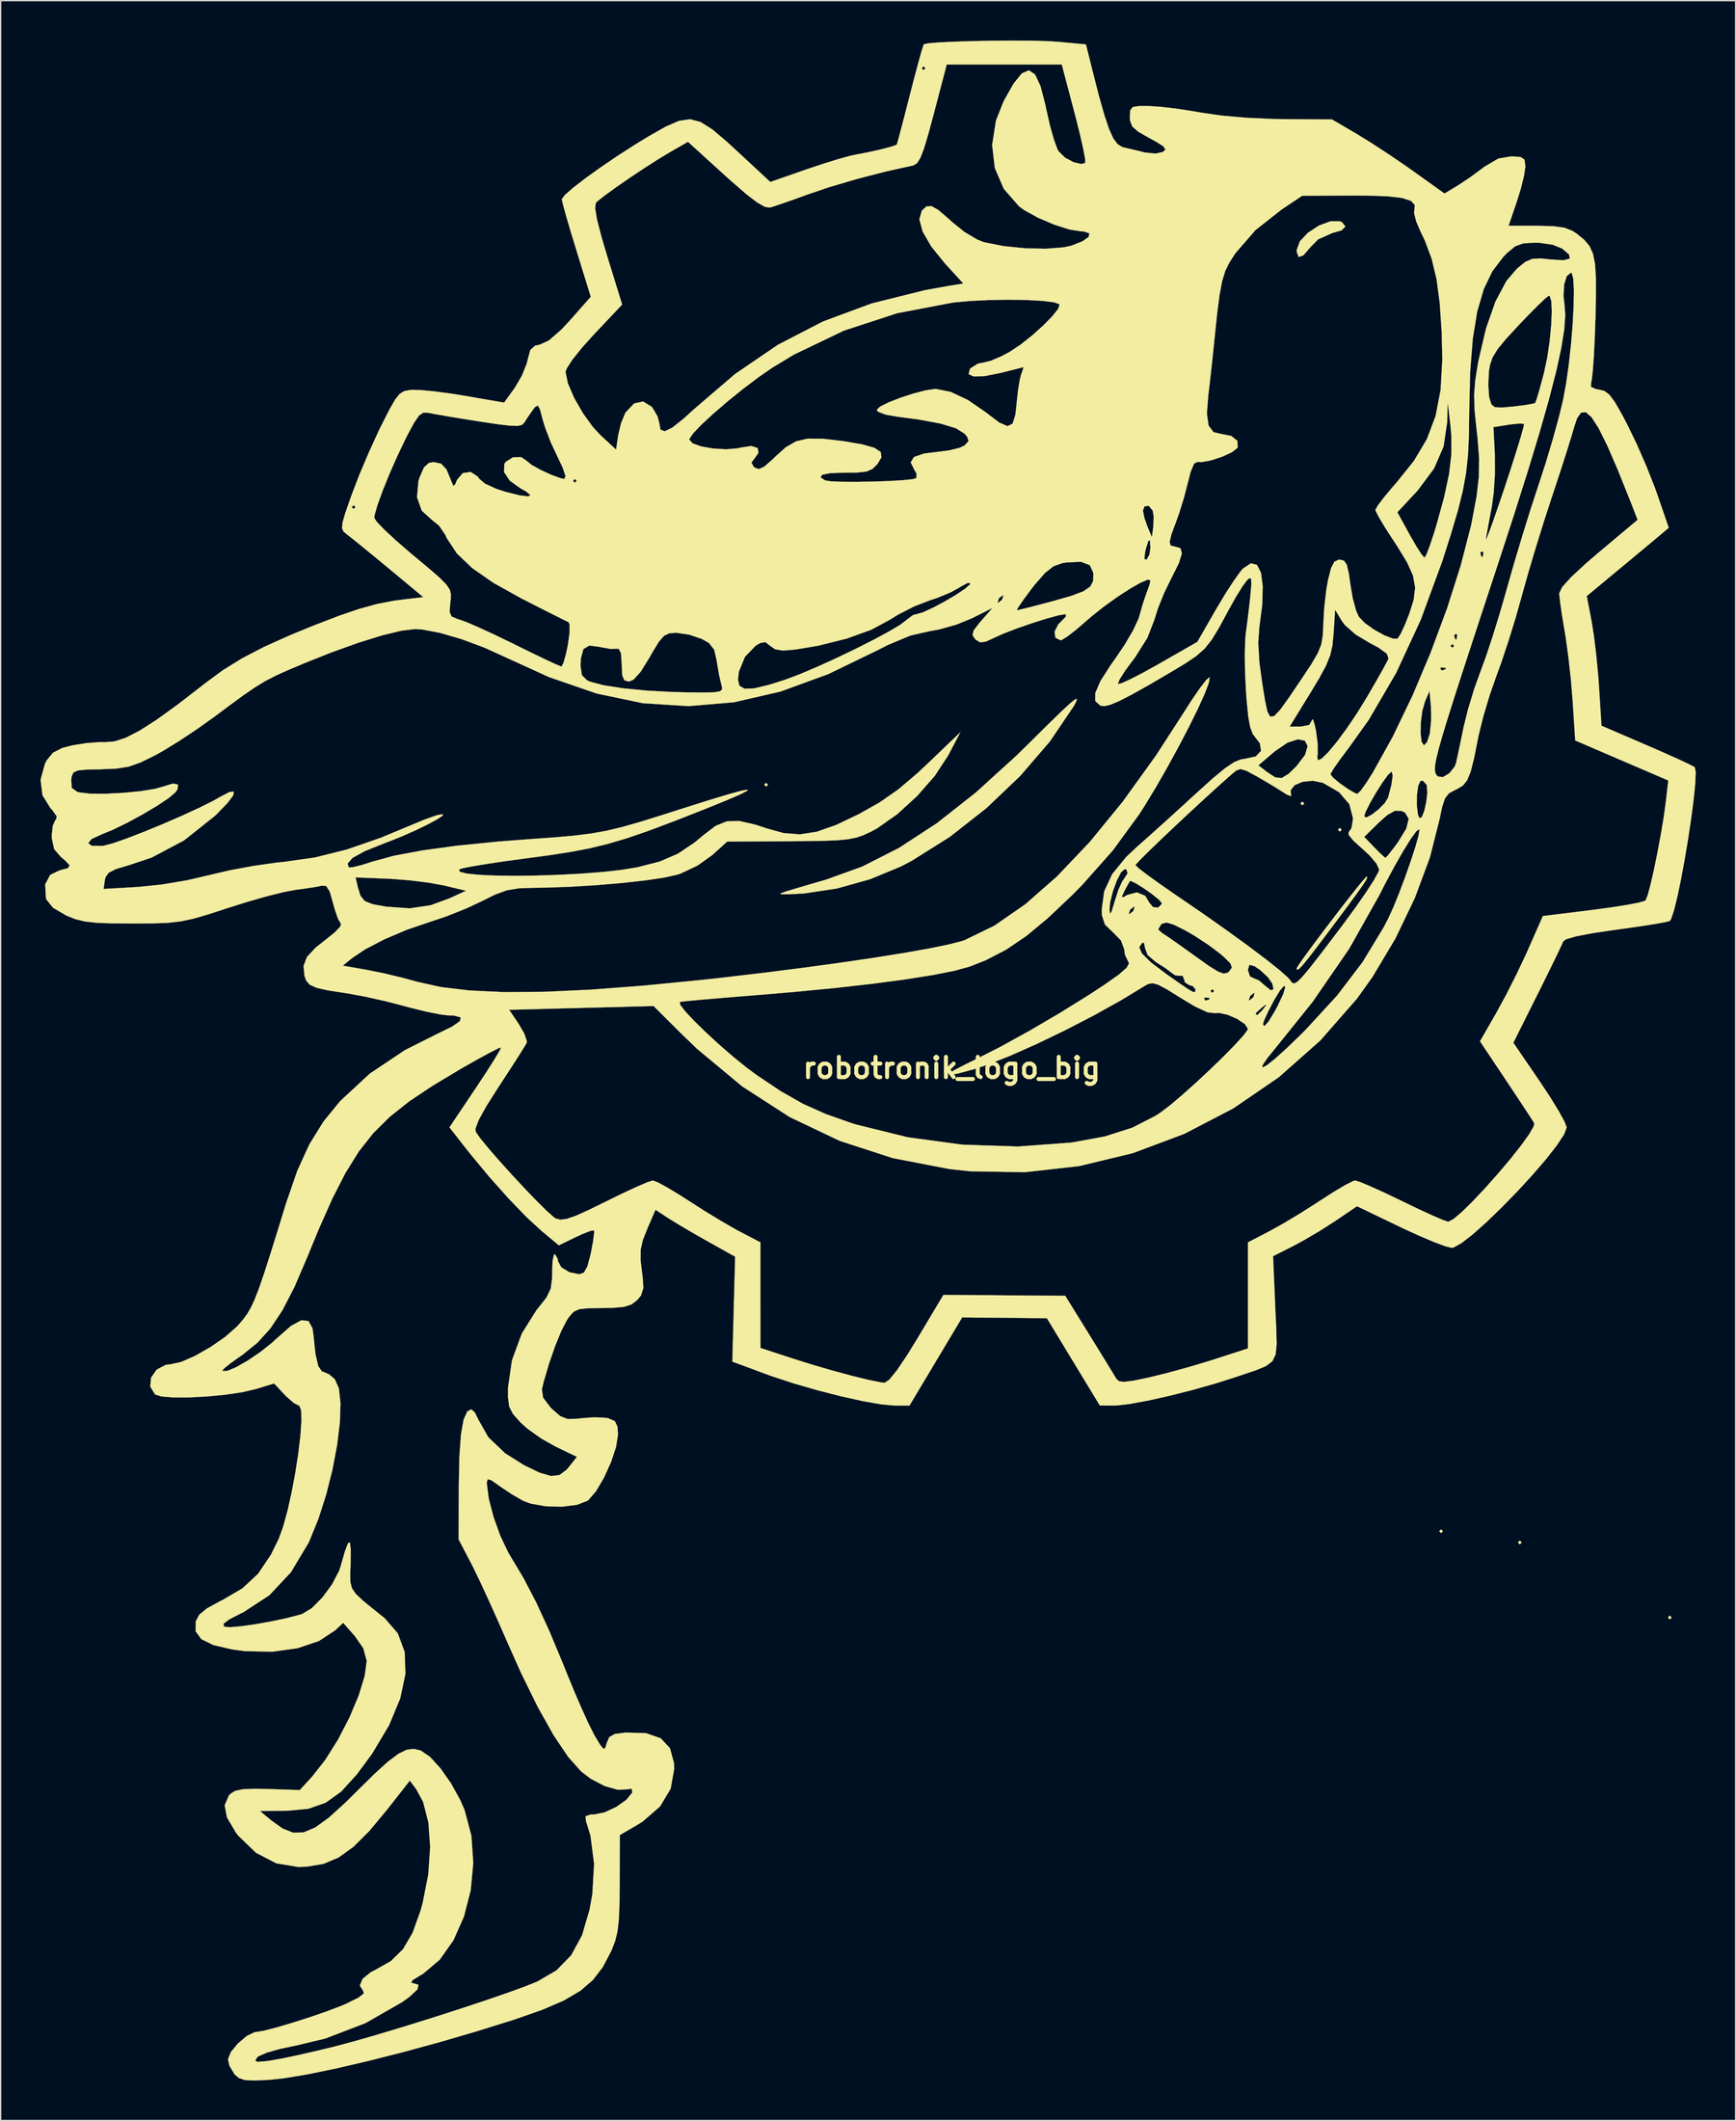
<source format=kicad_pcb>
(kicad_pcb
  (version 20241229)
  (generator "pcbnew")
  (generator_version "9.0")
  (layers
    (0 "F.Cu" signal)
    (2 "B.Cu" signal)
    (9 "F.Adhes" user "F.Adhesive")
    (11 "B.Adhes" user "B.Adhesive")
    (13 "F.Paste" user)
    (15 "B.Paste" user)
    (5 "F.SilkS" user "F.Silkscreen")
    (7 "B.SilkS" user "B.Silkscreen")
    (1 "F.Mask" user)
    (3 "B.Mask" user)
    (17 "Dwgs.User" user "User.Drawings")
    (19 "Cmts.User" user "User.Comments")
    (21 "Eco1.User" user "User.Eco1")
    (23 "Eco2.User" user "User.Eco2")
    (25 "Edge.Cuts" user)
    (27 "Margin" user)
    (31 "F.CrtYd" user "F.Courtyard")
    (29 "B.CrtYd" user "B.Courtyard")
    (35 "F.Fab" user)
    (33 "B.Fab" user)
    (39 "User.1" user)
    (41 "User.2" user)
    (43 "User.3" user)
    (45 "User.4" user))
  (footprint "robotronik_logo_big"
    (layer "F.Cu")
    (at 68.579 77.296)
    (property "Reference" "robotronik_logo_big" (at 0 0 0) (layer "F.SilkS") (effects (font (size 1.524 1.524) (thickness 0.3))))
    (attr through_hole)
    (fp_poly (pts (xy -13.829 -21.308) (xy -13.97 -21.167) (xy -14.111 -21.308) (xy -13.97 -21.449) (xy -13.829 -21.308)) (stroke (width 0.01) (type solid)) (fill yes) (layer "F.SilkS"))
    (fp_poly (pts (xy 26.529 -19.897) (xy 26.388 -19.756) (xy 26.247 -19.897) (xy 26.388 -20.038) (xy 26.529 -19.897)) (stroke (width 0.01) (type solid)) (fill yes) (layer "F.SilkS"))
    (fp_poly (pts (xy 29.351 -17.921) (xy 29.21 -17.78) (xy 29.069 -17.921) (xy 29.21 -18.062) (xy 29.351 -17.921)) (stroke (width 0.01) (type solid)) (fill yes) (layer "F.SilkS"))
    (fp_poly (pts (xy 36.971 34.854) (xy 36.83 34.996) (xy 36.689 34.854) (xy 36.83 34.713) (xy 36.971 34.854)) (stroke (width 0.01) (type solid)) (fill yes) (layer "F.SilkS"))
    (fp_poly (pts (xy 42.898 35.701) (xy 42.757 35.842) (xy 42.616 35.701) (xy 42.757 35.56) (xy 42.898 35.701)) (stroke (width 0.01) (type solid)) (fill yes) (layer "F.SilkS"))
    (fp_poly (pts (xy 54.187 41.346) (xy 54.046 41.487) (xy 53.904 41.346) (xy 54.046 41.204) (xy 54.187 41.346)) (stroke (width 0.01) (type solid)) (fill yes) (layer "F.SilkS"))
    (fp_poly (pts (xy 29.38 -63.623) (xy 29.631 -63.303) (xy 29.345 -63.017) (xy 28.644 -62.813) (xy 27.582 -62.34) (xy 27.039 -61.794) (xy 26.471 -61.14) (xy 26.115 -61.007) (xy 25.969 -61.394) (xy 25.964 -61.538) (xy 26.205 -62.194) (xy 26.817 -62.839) (xy 27.633 -63.373) (xy 28.487 -63.693) (xy 29.213 -63.698) (xy 29.38 -63.623)) (stroke (width 0.01) (type solid)) (fill yes) (layer "F.SilkS"))
    (fp_poly (pts (xy 31.279 -14.346) (xy 31.205 -14.163) (xy 30.964 -13.786) (xy 30.516 -13.153) (xy 29.82 -12.205) (xy 28.833 -10.882) (xy 28.556 -10.513) (xy 27.563 -9.193) (xy 26.856 -8.275) (xy 26.39 -7.704) (xy 26.117 -7.426) (xy 25.991 -7.386) (xy 25.964 -7.498) (xy 26.126 -7.771) (xy 26.561 -8.389) (xy 27.198 -9.255) (xy 27.963 -10.276) (xy 28.785 -11.355) (xy 29.59 -12.398) (xy 30.307 -13.31) (xy 30.862 -13.995) (xy 31.182 -14.359) (xy 31.229 -14.393) (xy 31.279 -14.346)) (stroke (width 0.01) (type solid)) (fill yes) (layer "F.SilkS"))
    (fp_poly (pts (xy 9.347 -27.515) (xy 9.167 -27.189) (xy 7.385 -24.557) (xy 5.16 -21.972) (xy 2.61 -19.544) (xy -0.149 -17.38) (xy -2.997 -15.591) (xy -3.81 -15.164) (xy -6.131 -14.201) (xy -8.643 -13.499) (xy -11.074 -13.133) (xy -11.275 -13.119) (xy -12.304 -13.065) (xy -12.823 -13.064) (xy -12.885 -13.126) (xy -12.543 -13.257) (xy -12.418 -13.296) (xy -11.633 -13.533) (xy -10.548 -13.852) (xy -9.468 -14.164) (xy -6.737 -15.148) (xy -3.969 -16.553) (xy -1.127 -18.406) (xy 1.827 -20.731) (xy 4.929 -23.552) (xy 5.897 -24.503) (xy 7.249 -25.843) (xy 8.242 -26.809) (xy 8.912 -27.43) (xy 9.296 -27.735) (xy 9.429 -27.754) (xy 9.347 -27.515)) (stroke (width 0.01) (type solid)) (fill yes) (layer "F.SilkS"))
    (fp_poly (pts (xy 5.925 -77.283) (xy 7.113 -77.255) (xy 7.966 -77.204) (xy 10.102 -77.004) (xy 10.572 -75.12) (xy 11.074 -73.16) (xy 11.49 -71.685) (xy 11.846 -70.627) (xy 12.171 -69.92) (xy 12.49 -69.496) (xy 12.833 -69.286) (xy 12.94 -69.257) (xy 13.786 -69.059) (xy 14.561 -68.87) (xy 15.324 -68.792) (xy 15.904 -68.913) (xy 16.085 -69.103) (xy 15.916 -69.348) (xy 15.328 -69.716) (xy 14.89 -69.951) (xy 14.039 -70.434) (xy 13.59 -70.831) (xy 13.422 -71.27) (xy 13.406 -71.558) (xy 13.437 -72.05) (xy 13.627 -72.293) (xy 14.122 -72.372) (xy 14.817 -72.372) (xy 15.766 -72.308) (xy 17.031 -72.156) (xy 18.379 -71.943) (xy 18.725 -71.88) (xy 20.295 -71.652) (xy 22.205 -71.484) (xy 24.232 -71.393) (xy 24.921 -71.383) (xy 28.618 -71.361) (xy 30.466 -70.281) (xy 31.545 -69.617) (xy 32.856 -68.762) (xy 34.181 -67.861) (xy 34.702 -67.493) (xy 37.09 -65.785) (xy 38.089 -66.39) (xy 38.988 -66.983) (xy 39.919 -67.667) (xy 40.069 -67.787) (xy 41.143 -68.419) (xy 42.115 -68.58) (xy 42.813 -68.539) (xy 43.111 -68.337) (xy 43.173 -67.853) (xy 43.173 -67.804) (xy 43.078 -67.137) (xy 42.838 -66.164) (xy 42.538 -65.193) (xy 41.91 -63.359) (xy 44.077 -63.359) (xy 45.297 -63.327) (xy 46.125 -63.21) (xy 46.728 -62.972) (xy 47.04 -62.767) (xy 47.594 -62.316) (xy 47.994 -61.846) (xy 48.263 -61.262) (xy 48.42 -60.47) (xy 48.487 -59.375) (xy 48.485 -57.882) (xy 48.452 -56.444) (xy 48.397 -54.899) (xy 48.328 -53.529) (xy 48.25 -52.446) (xy 48.171 -51.76) (xy 48.132 -51.597) (xy 48.11 -51.238) (xy 48.518 -51.063) (xy 48.732 -51.033) (xy 49.134 -50.927) (xy 49.499 -50.652) (xy 49.902 -50.112) (xy 50.419 -49.214) (xy 50.848 -48.401) (xy 51.564 -46.92) (xy 52.301 -45.233) (xy 52.927 -43.643) (xy 53.067 -43.251) (xy 53.967 -40.64) (xy 53.383 -40.146) (xy 52.934 -39.77) (xy 52.165 -39.128) (xy 51.19 -38.317) (xy 50.297 -37.576) (xy 47.795 -35.5) (xy 48.158 -33.625) (xy 48.336 -32.503) (xy 48.511 -31.052) (xy 48.658 -29.508) (xy 48.713 -28.749) (xy 48.905 -25.747) (xy 52.322 -24.277) (xy 53.608 -23.716) (xy 54.702 -23.225) (xy 55.503 -22.85) (xy 55.906 -22.639) (xy 55.929 -22.621) (xy 55.996 -22.244) (xy 55.963 -21.419) (xy 55.847 -20.25) (xy 55.666 -18.842) (xy 55.436 -17.299) (xy 55.173 -15.725) (xy 54.896 -14.225) (xy 54.621 -12.903) (xy 54.365 -11.863) (xy 54.145 -11.21) (xy 54.054 -11.062) (xy 53.736 -10.974) (xy 52.964 -10.834) (xy 51.843 -10.658) (xy 50.479 -10.464) (xy 50.028 -10.403) (xy 48.274 -10.146) (xy 47.004 -9.904) (xy 46.246 -9.684) (xy 46.029 -9.531) (xy 45.865 -9.16) (xy 45.496 -8.386) (xy 44.971 -7.31) (xy 44.339 -6.032) (xy 44.091 -5.535) (xy 42.271 -1.897) (xy 44.278 1.039) (xy 45.044 2.198) (xy 45.676 3.227) (xy 46.11 4.017) (xy 46.284 4.461) (xy 46.284 4.477) (xy 46.086 5.007) (xy 45.542 5.83) (xy 44.728 6.868) (xy 43.718 8.041) (xy 42.587 9.271) (xy 41.411 10.478) (xy 40.266 11.585) (xy 39.226 12.512) (xy 38.366 13.181) (xy 37.762 13.513) (xy 37.641 13.534) (xy 37.166 13.421) (xy 36.306 13.101) (xy 35.177 12.624) (xy 33.899 12.036) (xy 33.773 11.975) (xy 30.505 10.404) (xy 28.87 11.513) (xy 27.742 12.236) (xy 26.518 12.957) (xy 25.711 13.393) (xy 24.187 14.163) (xy 24.354 18.087) (xy 24.429 19.671) (xy 24.456 20.793) (xy 24.377 21.558) (xy 24.131 22.069) (xy 23.661 22.429) (xy 22.908 22.741) (xy 21.812 23.11) (xy 21.414 23.244) (xy 19.845 23.744) (xy 18.129 24.228) (xy 16.397 24.666) (xy 14.781 25.027) (xy 13.412 25.28) (xy 12.421 25.394) (xy 12.277 25.397) (xy 11.148 25.395) (xy 9.155 22.113) (xy 7.163 18.83) (xy 3.976 18.799) (xy 0.788 18.768) (xy -3.177 25.4) (xy -4.32 25.4) (xy -5.312 25.311) (xy -6.701 25.066) (xy -8.356 24.698) (xy -10.142 24.239) (xy -11.925 23.723) (xy -13.573 23.181) (xy -13.997 23.027) (xy -16.51 22.094) (xy -16.3 14.2) (xy -18.38 13.038) (xy -19.481 12.412) (xy -20.509 11.808) (xy -21.273 11.34) (xy -21.377 11.273) (xy -22.293 10.671) (xy -22.886 12.038) (xy -23.241 12.931) (xy -23.41 13.662) (xy -23.417 14.462) (xy -23.285 15.56) (xy -23.263 15.707) (xy -23.204 16.556) (xy -23.387 17.121) (xy -23.68 17.471) (xy -24.099 17.792) (xy -24.659 17.974) (xy -25.517 18.052) (xy -26.317 18.064) (xy -27.383 18.078) (xy -28.043 18.152) (xy -28.456 18.343) (xy -28.779 18.704) (xy -28.967 18.981) (xy -29.375 19.766) (xy -29.844 20.915) (xy -30.307 22.245) (xy -30.697 23.57) (xy -30.844 24.177) (xy -30.757 24.801) (xy -30.202 25.539) (xy -30.079 25.661) (xy -29.46 26.196) (xy -28.917 26.412) (xy -28.178 26.393) (xy -27.874 26.354) (xy -26.91 26.283) (xy -26.059 26.319) (xy -25.843 26.358) (xy -25.354 26.569) (xy -25.151 26.998) (xy -25.118 27.593) (xy -25.264 28.521) (xy -25.644 29.661) (xy -26.174 30.829) (xy -26.767 31.839) (xy -27.339 32.507) (xy -27.409 32.56) (xy -28.208 32.87) (xy -29.331 33.01) (xy -30.567 32.977) (xy -31.702 32.774) (xy -32.258 32.563) (xy -33.117 32.07) (xy -34.002 31.477) (xy -34.078 31.42) (xy -34.66 31.012) (xy -34.925 30.941) (xy -34.991 31.183) (xy -34.991 31.242) (xy -34.849 32.38) (xy -34.485 33.777) (xy -33.972 35.207) (xy -33.382 36.448) (xy -33.206 36.743) (xy -32.224 38.387) (xy -31.271 40.216) (xy -30.292 42.343) (xy -29.232 44.882) (xy -29.031 45.386) (xy -28.437 46.837) (xy -27.841 48.217) (xy -27.309 49.379) (xy -26.905 50.177) (xy -26.872 50.236) (xy -26.44 50.955) (xy -26.198 51.235) (xy -26.061 51.13) (xy -25.968 50.8) (xy -25.774 50.343) (xy -25.362 50.111) (xy -24.565 50.005) (xy -23.015 50.045) (xy -21.902 50.431) (xy -21.204 51.179) (xy -20.901 52.303) (xy -20.884 52.721) (xy -21.154 54.228) (xy -21.953 55.563) (xy -23.264 56.701) (xy -23.646 56.938) (xy -24.977 57.714) (xy -24.988 61.383) (xy -25.005 62.969) (xy -25.056 64.123) (xy -25.157 64.98) (xy -25.326 65.672) (xy -25.579 66.331) (xy -25.638 66.463) (xy -26.26 67.644) (xy -27.002 68.613) (xy -27.95 69.431) (xy -29.191 70.159) (xy -30.81 70.858) (xy -32.895 71.587) (xy -33.02 71.627) (xy -35.754 72.481) (xy -38.543 73.295) (xy -41.299 74.047) (xy -43.938 74.716) (xy -46.371 75.282) (xy -48.514 75.722) (xy -50.279 76.015) (xy -51.364 76.13) (xy -52.488 76.181) (xy -53.199 76.144) (xy -53.645 75.997) (xy -53.975 75.715) (xy -54.359 75.071) (xy -54.469 74.58) (xy -54.252 74.035) (xy -53.725 73.396) (xy -53.071 72.839) (xy -52.472 72.543) (xy -52.362 72.531) (xy -51.796 72.44) (xy -50.844 72.196) (xy -49.646 71.844) (xy -48.345 71.429) (xy -47.083 70.994) (xy -46.001 70.584) (xy -45.595 70.413) (xy -44.664 69.955) (xy -44.247 69.632) (xy -44.296 69.435) (xy -44.549 69.036) (xy -44.34 68.534) (xy -43.734 68.038) (xy -43.396 67.866) (xy -42.212 67.196) (xy -41.297 66.298) (xy -40.577 65.071) (xy -39.982 63.414) (xy -39.811 62.793) (xy -39.393 60.663) (xy -39.253 58.618) (xy -39.386 56.767) (xy -39.784 55.221) (xy -40.306 54.256) (xy -40.786 53.619) (xy -42.463 55.76) (xy -43.826 57.4) (xy -45.025 58.596) (xy -46.149 59.404) (xy -47.291 59.883) (xy -48.538 60.092) (xy -49.187 60.113) (xy -50.841 59.839) (xy -52.366 59.043) (xy -53.692 57.763) (xy -53.877 57.522) (xy -54.547 56.388) (xy -54.719 55.469) (xy -54.396 54.726) (xy -54.299 54.622) (xy -53.94 54.392) (xy -53.355 54.266) (xy -52.422 54.229) (xy -51.457 54.249) (xy -49.066 54.328) (xy -48.143 53.322) (xy -47.151 52.065) (xy -46.192 50.539) (xy -45.334 48.885) (xy -44.642 47.245) (xy -44.184 45.759) (xy -44.027 44.61) (xy -44.284 43.664) (xy -44.913 42.755) (xy -45.799 41.745) (xy -46.399 42.308) (xy -47.622 43.113) (xy -49.239 43.658) (xy -51.13 43.921) (xy -53.178 43.879) (xy -54.138 43.753) (xy -55.565 43.421) (xy -56.473 42.977) (xy -56.902 42.392) (xy -56.894 41.633) (xy -56.893 41.629) (xy -56.634 41.137) (xy -56.051 40.657) (xy -55.043 40.107) (xy -54.877 40.027) (xy -53.379 39.149) (xy -52.203 38.054) (xy -51.229 36.61) (xy -50.651 35.429) (xy -50.313 34.494) (xy -49.98 33.277) (xy -49.669 31.88) (xy -49.394 30.405) (xy -49.17 28.953) (xy -49.014 27.625) (xy -48.941 26.524) (xy -48.965 25.752) (xy -49.102 25.408) (xy -49.139 25.4) (xy -49.511 25.21) (xy -50.059 24.736) (xy -50.222 24.568) (xy -50.998 23.737) (xy -52.381 24.159) (xy -53.395 24.396) (xy -54.658 24.584) (xy -56.035 24.717) (xy -57.389 24.788) (xy -58.587 24.789) (xy -59.493 24.713) (xy -59.963 24.561) (xy -60.323 23.968) (xy -60.254 23.294) (xy -59.907 22.797) (xy -54.908 22.797) (xy -54.541 22.8) (xy -53.861 22.517) (xy -52.99 22.021) (xy -52.052 21.386) (xy -51.169 20.686) (xy -50.789 20.336) (xy -49.737 19.415) (xy -48.949 18.983) (xy -48.413 19.038) (xy -48.112 19.578) (xy -48.046 20.038) (xy -47.889 21.507) (xy -47.675 22.434) (xy -47.398 22.838) (xy -47.303 22.86) (xy -46.852 23.053) (xy -46.43 23.42) (xy -46.122 24.116) (xy -46.001 25.242) (xy -46.052 26.699) (xy -46.259 28.391) (xy -46.605 30.219) (xy -47.075 32.086) (xy -47.655 33.896) (xy -48.326 35.549) (xy -48.417 35.742) (xy -49.732 37.94) (xy -51.353 39.667) (xy -53.291 40.937) (xy -53.472 41.024) (xy -54.383 41.493) (xy -54.803 41.815) (xy -54.772 42.024) (xy -54.742 42.042) (xy -54.315 42.076) (xy -53.485 42.004) (xy -52.395 41.849) (xy -51.192 41.635) (xy -50.02 41.386) (xy -49.024 41.125) (xy -48.889 41.084) (xy -48.162 40.643) (xy -47.367 39.844) (xy -46.638 38.854) (xy -46.11 37.842) (xy -45.99 37.483) (xy -45.661 36.341) (xy -45.433 35.748) (xy -45.293 35.702) (xy -45.232 36.197) (xy -45.239 37.207) (xy -45.269 38.072) (xy -45.259 38.681) (xy -45.139 39.146) (xy -44.843 39.577) (xy -44.303 40.085) (xy -43.451 40.78) (xy -42.671 41.406) (xy -41.689 42.539) (xy -41.172 43.945) (xy -41.114 45.59) (xy -41.507 47.438) (xy -42.346 49.451) (xy -43.625 51.596) (xy -44.764 53.138) (xy -45.947 54.44) (xy -47.118 55.281) (xy -48.428 55.737) (xy -50.032 55.889) (xy -50.154 55.89) (xy -52.07 55.9) (xy -51.223 56.602) (xy -50.367 57.217) (xy -49.579 57.53) (xy -48.785 57.515) (xy -47.908 57.147) (xy -46.874 56.4) (xy -45.607 55.249) (xy -44.778 54.428) (xy -43.46 53.126) (xy -42.443 52.201) (xy -41.657 51.607) (xy -41.03 51.298) (xy -40.488 51.229) (xy -39.962 51.354) (xy -39.96 51.355) (xy -39.265 51.83) (xy -38.471 52.701) (xy -37.677 53.834) (xy -36.982 55.095) (xy -36.661 55.837) (xy -36.151 57.763) (xy -36.008 59.81) (xy -36.204 61.872) (xy -36.709 63.844) (xy -37.495 65.62) (xy -38.534 67.093) (xy -39.797 68.159) (xy -40.031 68.292) (xy -40.585 68.636) (xy -40.68 68.826) (xy -40.569 68.85) (xy -40.132 68.977) (xy -40.21 69.322) (xy -40.804 69.88) (xy -41.333 70.265) (xy -44.111 71.858) (xy -47.137 73.02) (xy -49.253 73.527) (xy -50.533 73.796) (xy -51.545 74.083) (xy -52.167 74.352) (xy -52.273 74.44) (xy -52.423 74.686) (xy -52.26 74.776) (xy -51.688 74.734) (xy -51.223 74.669) (xy -50.377 74.517) (xy -49.157 74.26) (xy -47.736 73.936) (xy -46.471 73.629) (xy -45.015 73.241) (xy -43.243 72.732) (xy -41.265 72.137) (xy -39.189 71.491) (xy -37.122 70.828) (xy -35.174 70.183) (xy -33.452 69.591) (xy -32.065 69.087) (xy -31.176 68.728) (xy -29.741 67.889) (xy -28.638 66.755) (xy -27.823 65.257) (xy -27.255 63.327) (xy -27.046 62.157) (xy -26.914 59.882) (xy -27.188 57.753) (xy -27.526 56.656) (xy -27.561 56.305) (xy -27.207 56.173) (xy -26.883 56.162) (xy -26.106 55.999) (xy -25.236 55.59) (xy -24.483 55.059) (xy -24.055 54.528) (xy -24.043 54.494) (xy -24.086 54.222) (xy -24.353 54.266) (xy -25.124 54.309) (xy -26.122 54.024) (xy -27.17 53.477) (xy -27.889 52.928) (xy -28.869 51.828) (xy -29.96 50.206) (xy -31.148 48.091) (xy -32.416 45.51) (xy -33.403 43.302) (xy -34.103 41.703) (xy -34.811 40.129) (xy -35.461 38.723) (xy -35.988 37.629) (xy -36.166 37.278) (xy -37.112 35.468) (xy -37.097 31.351) (xy -37.052 29.192) (xy -36.933 27.57) (xy -36.737 26.461) (xy -36.458 25.842) (xy -36.159 25.682) (xy -35.89 25.919) (xy -35.626 26.462) (xy -34.876 27.784) (xy -33.604 28.995) (xy -32.219 29.869) (xy -31.019 30.451) (xy -30.158 30.702) (xy -29.519 30.627) (xy -28.987 30.23) (xy -28.8 30.01) (xy -28.209 29.258) (xy -29.838 28.475) (xy -30.905 27.871) (xy -31.922 27.147) (xy -32.451 26.676) (xy -33.018 26.036) (xy -33.305 25.476) (xy -33.398 24.757) (xy -33.394 24.049) (xy -33.096 21.994) (xy -32.356 19.982) (xy -31.257 18.227) (xy -31.113 18.053) (xy -30.491 17.26) (xy -30.178 16.602) (xy -30.075 15.822) (xy -30.071 15.342) (xy -30.041 14.546) (xy -29.948 14.071) (xy -29.86 14.005) (xy -29.651 14.378) (xy -29.633 14.541) (xy -29.386 14.997) (xy -28.784 15.366) (xy -28.034 15.522) (xy -28.017 15.522) (xy -27.68 15.395) (xy -27.422 14.94) (xy -27.183 14.045) (xy -27.156 13.919) (xy -26.991 13.04) (xy -26.911 12.416) (xy -26.922 12.213) (xy -27.211 12.266) (xy -27.836 12.514) (xy -28.297 12.728) (xy -29.569 13.346) (xy -30.882 12.249) (xy -32.005 11.215) (xy -33.338 9.836) (xy -34.77 8.231) (xy -36.193 6.52) (xy -36.609 5.994) (xy -37.722 4.571) (xy -35.844 4.571) (xy -35.829 4.798) (xy -35.49 5.284) (xy -34.86 6.053) (xy -34.028 7.009) (xy -33.082 8.057) (xy -32.111 9.1) (xy -31.202 10.043) (xy -30.443 10.79) (xy -29.925 11.247) (xy -29.794 11.331) (xy -29.444 11.417) (xy -28.975 11.358) (xy -28.292 11.122) (xy -27.299 10.675) (xy -26.014 10.044) (xy -24.78 9.44) (xy -23.71 8.942) (xy -22.914 8.602) (xy -22.502 8.467) (xy -22.492 8.467) (xy -22.106 8.614) (xy -21.375 9.011) (xy -20.423 9.588) (xy -19.815 9.98) (xy -18.597 10.758) (xy -17.341 11.522) (xy -16.262 12.143) (xy -15.955 12.308) (xy -14.395 13.123) (xy -14.394 17.095) (xy -14.393 21.067) (xy -11.924 21.875) (xy -10.442 22.34) (xy -8.913 22.784) (xy -7.467 23.173) (xy -6.232 23.474) (xy -5.337 23.653) (xy -5.046 23.686) (xy -4.692 23.448) (xy -4.112 22.731) (xy -3.327 21.563) (xy -2.605 20.391) (xy -0.623 17.074) (xy 8.547 17.143) (xy 10.358 20.072) (xy 11.079 21.24) (xy 11.704 22.256) (xy 12.165 23.009) (xy 12.396 23.391) (xy 12.593 23.57) (xy 12.979 23.618) (xy 13.671 23.53) (xy 14.785 23.3) (xy 14.849 23.286) (xy 16.189 22.957) (xy 17.773 22.524) (xy 19.311 22.066) (xy 19.685 21.947) (xy 22.296 21.102) (xy 22.296 17.113) (xy 22.297 13.123) (xy 23.919 12.281) (xy 24.924 11.722) (xy 26.168 10.977) (xy 27.425 10.181) (xy 27.772 9.953) (xy 28.778 9.307) (xy 29.632 8.803) (xy 30.211 8.511) (xy 30.366 8.467) (xy 30.747 8.586) (xy 31.522 8.91) (xy 32.58 9.39) (xy 33.811 9.979) (xy 33.892 10.019) (xy 35.125 10.612) (xy 36.188 11.101) (xy 36.97 11.437) (xy 37.365 11.571) (xy 37.374 11.571) (xy 37.768 11.368) (xy 38.415 10.817) (xy 39.243 10.003) (xy 40.175 9.011) (xy 41.138 7.928) (xy 42.058 6.838) (xy 42.859 5.826) (xy 43.467 4.98) (xy 43.808 4.383) (xy 43.843 4.149) (xy 43.615 3.793) (xy 43.142 3.072) (xy 42.492 2.089) (xy 41.732 0.947) (xy 41.702 0.902) (xy 39.761 -2.005) (xy 41.008 -4.178) (xy 41.722 -5.491) (xy 42.507 -7.041) (xy 43.218 -8.542) (xy 43.373 -8.889) (xy 44.491 -11.427) (xy 48.235 -11.891) (xy 49.637 -12.08) (xy 50.837 -12.27) (xy 51.724 -12.442) (xy 52.185 -12.576) (xy 52.218 -12.598) (xy 52.375 -12.975) (xy 52.594 -13.786) (xy 52.852 -14.91) (xy 53.121 -16.222) (xy 53.378 -17.601) (xy 53.597 -18.924) (xy 53.752 -20.056) (xy 53.932 -21.626) (xy 50.429 -23.131) (xy 46.927 -24.636) (xy 46.736 -27.581) (xy 46.607 -29.15) (xy 46.425 -30.825) (xy 46.221 -32.327) (xy 46.138 -32.832) (xy 45.946 -33.979) (xy 45.802 -34.967) (xy 45.729 -35.62) (xy 45.725 -35.712) (xy 45.946 -36.175) (xy 46.619 -36.926) (xy 47.751 -37.974) (xy 48.672 -38.763) (xy 51.625 -41.239) (xy 51.052 -42.704) (xy 50.124 -45.016) (xy 49.345 -46.812) (xy 48.698 -48.116) (xy 48.164 -48.95) (xy 47.725 -49.337) (xy 47.364 -49.302) (xy 47.063 -48.867) (xy 46.838 -48.189) (xy 46.636 -47.494) (xy 46.294 -46.395) (xy 45.853 -45.023) (xy 45.356 -43.509) (xy 45.152 -42.898) (xy 44.567 -41.101) (xy 43.957 -39.139) (xy 43.39 -37.235) (xy 42.933 -35.613) (xy 42.889 -35.45) (xy 42.428 -33.817) (xy 41.888 -32.072) (xy 41.348 -30.459) (xy 41.011 -29.536) (xy 40.501 -28.082) (xy 40.024 -26.491) (xy 39.664 -25.051) (xy 39.597 -24.72) (xy 39.31 -23.278) (xy 39.059 -22.289) (xy 38.797 -21.648) (xy 38.476 -21.248) (xy 38.051 -20.985) (xy 37.888 -20.913) (xy 37.425 -20.662) (xy 37.124 -20.278) (xy 36.904 -19.612) (xy 36.725 -18.736) (xy 35.988 -15.829) (xy 34.852 -12.774) (xy 33.391 -9.73) (xy 31.676 -6.858) (xy 30.509 -5.221) (xy 27.745 -2.067) (xy 24.619 0.698) (xy 21.187 3.048) (xy 17.504 4.961) (xy 13.626 6.413) (xy 9.609 7.382) (xy 5.507 7.844) (xy 1.378 7.775) (xy -0.191 7.605) (xy -4.45 6.781) (xy -8.44 5.483) (xy -12.198 3.694) (xy -15.761 1.394) (xy -19.164 -1.434) (xy -20.287 -2.515) (xy -22.437 -4.657) (xy -27.873 -4.516) (xy -33.31 -4.374) (xy -32.578 -3.297) (xy -32.169 -2.586) (xy -31.982 -2.032) (xy -31.992 -1.886) (xy -32.197 -1.533) (xy -32.65 -0.812) (xy -33.285 0.173) (xy -34.036 1.322) (xy -34.095 1.411) (xy -35.021 2.869) (xy -35.6 3.915) (xy -35.844 4.571) (xy -37.722 4.571) (xy -37.8 4.47) (xy -35.811 1.505) (xy -35.068 0.381) (xy -34.466 -0.562) (xy -34.062 -1.232) (xy -33.912 -1.539) (xy -33.915 -1.547) (xy -34.179 -1.448) (xy -34.834 -1.114) (xy -35.781 -0.596) (xy -36.925 0.055) (xy -37.002 0.1) (xy -39.089 1.351) (xy -40.829 2.514) (xy -42.287 3.67) (xy -43.53 4.9) (xy -44.622 6.284) (xy -45.63 7.904) (xy -46.62 9.841) (xy -47.657 12.174) (xy -48.528 14.292) (xy -49.471 16.487) (xy -50.366 18.222) (xy -51.273 19.588) (xy -52.257 20.678) (xy -53.379 21.583) (xy -53.544 21.696) (xy -54.289 22.223) (xy -54.779 22.622) (xy -54.908 22.797) (xy -59.907 22.797) (xy -59.838 22.698) (xy -59.156 22.338) (xy -58.796 22.296) (xy -57.999 22.121) (xy -56.942 21.658) (xy -55.785 20.999) (xy -54.685 20.236) (xy -53.8 19.46) (xy -53.66 19.309) (xy -53.316 18.903) (xy -53.018 18.497) (xy -52.741 18.022) (xy -52.458 17.411) (xy -52.142 16.594) (xy -51.766 15.504) (xy -51.304 14.071) (xy -50.728 12.228) (xy -50.096 10.174) (xy -49.259 7.749) (xy -48.345 5.748) (xy -47.282 4.031) (xy -46.026 2.493) (xy -43.796 0.427) (xy -41.149 -1.344) (xy -38.74 -2.553) (xy -37.603 -3.109) (xy -37.008 -3.525) (xy -36.958 -3.802) (xy -37.452 -3.937) (xy -37.85 -3.951) (xy -38.5 -4.027) (xy -39.512 -4.229) (xy -40.706 -4.521) (xy -41.196 -4.654) (xy -42.615 -5.021) (xy -44.119 -5.357) (xy -45.426 -5.601) (xy -45.656 -5.635) (xy -46.958 -5.837) (xy -47.809 -6.03) (xy -48.315 -6.259) (xy -48.586 -6.57) (xy -48.711 -6.925) (xy -48.781 -7.682) (xy -48.523 -8.353) (xy -47.869 -9.058) (xy -47.122 -9.645) (xy -46.429 -10.203) (xy -46.016 -10.639) (xy -45.967 -10.844) (xy -46.177 -11.191) (xy -46.428 -11.902) (xy -46.569 -12.426) (xy -46.82 -13.286) (xy -47.077 -13.681) (xy -47.373 -13.718) (xy -47.905 -13.611) (xy -48.768 -13.479) (xy -49.389 -13.398) (xy -50.265 -13.233) (xy -51.508 -12.924) (xy -52.955 -12.513) (xy -54.441 -12.046) (xy -54.469 -12.037) (xy -55.946 -11.555) (xy -57.071 -11.228) (xy -58.028 -11.025) (xy -58.999 -10.916) (xy -60.166 -10.873) (xy -61.666 -10.866) (xy -63.252 -10.878) (xy -64.405 -10.924) (xy -65.254 -11.022) (xy -65.93 -11.186) (xy -66.563 -11.434) (xy -66.664 -11.48) (xy -67.646 -12.057) (xy -68.129 -12.666) (xy -68.172 -12.8) (xy -68.229 -13.814) (xy -67.848 -14.527) (xy -67.146 -14.864) (xy -66.518 -15.029) (xy -66.387 -15.246) (xy -66.742 -15.624) (xy -67.028 -15.855) (xy -67.549 -16.456) (xy -67.729 -17.28) (xy -67.733 -17.495) (xy -67.657 -18.217) (xy -67.467 -18.65) (xy -67.408 -18.688) (xy -67.361 -18.931) (xy -67.707 -19.416) (xy -67.831 -19.545) (xy -68.433 -20.52) (xy -68.572 -21.67) (xy -66.269 -21.67) (xy -66.227 -21.067) (xy -65.824 -20.775) (xy -65.67 -20.731) (xy -64.862 -20.636) (xy -63.701 -20.628) (xy -62.374 -20.694) (xy -61.072 -20.82) (xy -59.98 -20.993) (xy -59.348 -21.172) (xy -58.608 -21.398) (xy -58.226 -21.317) (xy -58.267 -20.96) (xy -58.427 -20.735) (xy -58.929 -20.306) (xy -59.798 -19.726) (xy -60.888 -19.078) (xy -62.051 -18.447) (xy -63.141 -17.915) (xy -63.943 -17.589) (xy -64.731 -17.228) (xy -64.99 -16.913) (xy -64.73 -16.715) (xy -63.961 -16.706) (xy -63.812 -16.724) (xy -63.153 -16.895) (xy -62.112 -17.257) (xy -60.814 -17.758) (xy -59.387 -18.345) (xy -57.956 -18.965) (xy -56.649 -19.565) (xy -55.59 -20.093) (xy -55.089 -20.376) (xy -54.358 -20.76) (xy -54.026 -20.788) (xy -54.083 -20.495) (xy -54.519 -19.917) (xy -55.326 -19.086) (xy -55.466 -18.953) (xy -57.773 -17.12) (xy -60.22 -15.824) (xy -61.948 -15.247) (xy -62.914 -14.96) (xy -63.452 -14.684) (xy -63.691 -14.339) (xy -63.737 -14.136) (xy -63.832 -13.467) (xy -61.197 -13.619) (xy -59.468 -13.798) (xy -57.562 -14.118) (xy -56.629 -14.334) (xy -44.869 -14.334) (xy -44.694 -13.588) (xy -44.493 -12.944) (xy -44.17 -12.554) (xy -43.578 -12.318) (xy -42.574 -12.135) (xy -40.796 -12.007) (xy -39.218 -12.24) (xy -37.818 -12.755) (xy -36.548 -13.33) (xy -38.241 -13.733) (xy -39.361 -13.938) (xy -40.769 -14.113) (xy -42.188 -14.225) (xy -42.402 -14.235) (xy -44.869 -14.334) (xy -56.629 -14.334) (xy -55.88 -14.508) (xy -54.339 -14.87) (xy -52.543 -15.202) (xy -50.8 -15.449) (xy -50.224 -15.508) (xy -47.925 -15.834) (xy -45.539 -16.429) (xy -42.944 -17.328) (xy -40.64 -18.287) (xy -39.727 -18.665) (xy -38.911 -18.96) (xy -38.664 -19.033) (xy -38.28 -19.092) (xy -38.332 -18.965) (xy -38.74 -18.696) (xy -39.424 -18.326) (xy -40.303 -17.899) (xy -41.297 -17.457) (xy -42.326 -17.041) (xy -42.688 -16.907) (xy -44.17 -16.314) (xy -45.096 -15.802) (xy -45.47 -15.37) (xy -45.378 -15.086) (xy -45.064 -15.102) (xy -44.38 -15.274) (xy -43.631 -15.513) (xy -42.008 -15.958) (xy -39.858 -16.363) (xy -37.214 -16.723) (xy -34.112 -17.034) (xy -31.765 -17.213) (xy -29.894 -17.347) (xy -28.392 -17.48) (xy -27.121 -17.64) (xy -25.943 -17.854) (xy -24.719 -18.149) (xy -23.312 -18.554) (xy -21.582 -19.094) (xy -20.461 -19.454) (xy -18.407 -20.105) (xy -16.871 -20.57) (xy -15.856 -20.849) (xy -15.362 -20.94) (xy -15.394 -20.846) (xy -15.952 -20.564) (xy -17.039 -20.096) (xy -18.627 -19.453) (xy -20.917 -18.554) (xy -22.806 -17.844) (xy -24.414 -17.29) (xy -25.857 -16.861) (xy -27.256 -16.522) (xy -28.727 -16.242) (xy -30.39 -15.987) (xy -31.891 -15.786) (xy -33.506 -15.568) (xy -34.927 -15.357) (xy -36.06 -15.17) (xy -36.809 -15.022) (xy -37.072 -14.938) (xy -37.032 -14.761) (xy -36.51 -14.625) (xy -35.59 -14.53) (xy -34.352 -14.473) (xy -32.878 -14.455) (xy -31.251 -14.474) (xy -29.552 -14.529) (xy -27.863 -14.62) (xy -26.266 -14.744) (xy -24.843 -14.902) (xy -23.676 -15.093) (xy -23.662 -15.096) (xy -21.973 -15.529) (xy -20.612 -16.114) (xy -19.344 -16.966) (xy -18.657 -17.539) (xy -17.768 -18.214) (xy -16.926 -18.555) (xy -15.98 -18.58) (xy -14.777 -18.304) (xy -13.96 -18.033) (xy -12.648 -17.668) (xy -11.424 -17.574) (xy -10.153 -17.771) (xy -8.705 -18.28) (xy -6.985 -19.099) (xy -5.42 -19.981) (xy -4.02 -20.956) (xy -2.584 -22.174) (xy -1.86 -22.852) (xy 0.655 -25.259) (xy -0.281 -23.486) (xy -1.267 -21.984) (xy -2.595 -20.464) (xy -4.1 -19.09) (xy -5.616 -18.024) (xy -6.092 -17.766) (xy -6.645 -17.512) (xy -7.179 -17.329) (xy -7.802 -17.205) (xy -8.619 -17.127) (xy -9.737 -17.084) (xy -11.261 -17.062) (xy -12.19 -17.056) (xy -16.9 -17.029) (xy -18.029 -16.009) (xy -19.13 -15.226) (xy -20.404 -14.623) (xy -20.656 -14.539) (xy -21.644 -14.32) (xy -23.069 -14.108) (xy -24.803 -13.915) (xy -26.718 -13.752) (xy -28.686 -13.631) (xy -30.58 -13.564) (xy -31.336 -13.555) (xy -32.558 -13.516) (xy -33.482 -13.365) (xy -34.375 -13.039) (xy -35.287 -12.585) (xy -36.543 -11.995) (xy -38.009 -11.411) (xy -39.229 -11.001) (xy -40.994 -10.401) (xy -42.693 -9.68) (xy -44.158 -8.916) (xy -45.14 -8.254) (xy -45.828 -7.697) (xy -44.01 -7.378) (xy -42.734 -7.119) (xy -41.28 -6.77) (xy -40.217 -6.481) (xy -38.438 -6.084) (xy -36.268 -5.826) (xy -33.682 -5.707) (xy -30.657 -5.729) (xy -27.166 -5.891) (xy -23.185 -6.193) (xy -18.69 -6.636) (xy -17.277 -6.792) (xy -14.218 -7.151) (xy -11.263 -7.525) (xy -8.474 -7.905) (xy -5.915 -8.281) (xy -3.648 -8.642) (xy -1.736 -8.98) (xy -0.242 -9.285) (xy 0.772 -9.546) (xy 0.971 -9.614) (xy 3.199 -10.696) (xy 5.527 -12.305) (xy 7.933 -14.416) (xy 10.393 -17.005) (xy 12.883 -20.047) (xy 15.381 -23.518) (xy 17.343 -26.548) (xy 18.071 -27.686) (xy 18.695 -28.592) (xy 19.156 -29.186) (xy 19.398 -29.393) (xy 19.418 -29.375) (xy 19.347 -28.951) (xy 19.031 -28.128) (xy 18.515 -26.995) (xy 17.845 -25.638) (xy 17.065 -24.145) (xy 16.22 -22.601) (xy 15.355 -21.095) (xy 14.515 -19.712) (xy 14.089 -19.05) (xy 12.13 -16.368) (xy 9.823 -13.769) (xy 9.045 -12.982) (xy 7.216 -11.254) (xy 5.6 -9.915) (xy 4.087 -8.891) (xy 2.571 -8.106) (xy 1.355 -7.626) (xy 0.212 -7.311) (xy -1.437 -6.985) (xy -3.537 -6.653) (xy -6.031 -6.324) (xy -8.861 -6.006) (xy -11.972 -5.706) (xy -14.393 -5.502) (xy -16.151 -5.361) (xy -17.722 -5.229) (xy -19.016 -5.116) (xy -19.947 -5.028) (xy -20.424 -4.974) (xy -20.461 -4.966) (xy -20.434 -4.75) (xy -20.048 -4.248) (xy -19.38 -3.534) (xy -18.507 -2.681) (xy -17.507 -1.762) (xy -16.456 -0.852) (xy -15.432 -0.022) (xy -14.676 0.539) (xy -12.836 1.767) (xy -11.182 2.705) (xy -9.497 3.46) (xy -7.565 4.141) (xy -7.197 4.257) (xy -3.303 5.217) (xy 0.816 5.773) (xy 4.979 5.911) (xy 9.002 5.615) (xy 9.046 5.609) (xy 11.528 5.153) (xy 13.588 4.496) (xy 15.347 3.595) (xy 15.729 3.344) (xy 16.446 2.798) (xy 17.362 2.023) (xy 18.393 1.101) (xy 19.453 0.112) (xy 19.774 -0.2) (xy 23.392 -0.2) (xy 23.393 -0.031) (xy 23.718 -0.2) (xy 24.336 -0.692) (xy 25.221 -1.489) (xy 26.342 -2.575) (xy 26.659 -2.893) (xy 29.009 -5.45) (xy 30.925 -7.966) (xy 32.509 -10.577) (xy 32.845 -11.222) (xy 33.228 -12.057) (xy 33.666 -13.133) (xy 34.117 -14.328) (xy 34.538 -15.524) (xy 34.888 -16.599) (xy 35.125 -17.432) (xy 35.207 -17.903) (xy 35.192 -17.96) (xy 34.977 -17.818) (xy 34.56 -17.249) (xy 33.989 -16.332) (xy 33.312 -15.147) (xy 32.577 -13.771) (xy 32.175 -12.982) (xy 29.921 -8.976) (xy 27.169 -4.979) (xy 24.473 -1.623) (xy 23.742 -0.725) (xy 23.392 -0.2) (xy 19.774 -0.2) (xy 20.456 -0.861) (xy 21.317 -1.737) (xy 21.951 -2.433) (xy 22.273 -2.868) (xy 22.296 -2.941) (xy 22.07 -3.285) (xy 23.424 -3.285) (xy 23.533 -3.143) (xy 23.841 -3.484) (xy 24.32 -4.275) (xy 24.524 -4.652) (xy 24.95 -5.554) (xy 25.107 -6.078) (xy 25.018 -6.185) (xy 24.708 -5.833) (xy 24.266 -5.105) (xy 23.821 -4.254) (xy 23.516 -3.585) (xy 23.424 -3.285) (xy 22.07 -3.285) (xy 22.054 -3.31) (xy 21.466 -3.699) (xy 20.738 -4.011) (xy 20.506 -4.058) (xy 22.86 -4.058) (xy 22.997 -3.973) (xy 23.372 -4.336) (xy 23.46 -4.445) (xy 23.705 -4.779) (xy 23.558 -4.709) (xy 23.354 -4.552) (xy 22.963 -4.203) (xy 22.86 -4.058) (xy 20.506 -4.058) (xy 20.074 -4.146) (xy 19.839 -4.119) (xy 19.26 -4.184) (xy 18.296 -4.629) (xy 17.236 -5.266) (xy 17.232 -5.268) (xy 19.003 -5.268) (xy 19.042 -5.1) (xy 19.191 -5.08) (xy 19.232 -5.098) (xy 22.365 -5.098) (xy 22.403 -5.08) (xy 22.661 -5.279) (xy 22.719 -5.362) (xy 22.791 -5.626) (xy 22.752 -5.644) (xy 22.495 -5.446) (xy 22.437 -5.362) (xy 22.365 -5.098) (xy 19.232 -5.098) (xy 19.423 -5.183) (xy 19.379 -5.268) (xy 19.044 -5.302) (xy 19.003 -5.268) (xy 17.232 -5.268) (xy 16.221 -5.899) (xy 15.552 -6.256) (xy 15.108 -6.378) (xy 14.768 -6.309) (xy 14.572 -6.199) (xy 12.746 -5.091) (xy 10.685 -3.944) (xy 8.512 -2.821) (xy 6.354 -1.782) (xy 4.336 -0.889) (xy 2.584 -0.203) (xy 1.65 0.102) (xy 0.498 0.414) (xy -0.128 0.53) (xy -0.228 0.446) (xy 0.197 0.161) (xy 1.148 -0.327) (xy 1.616 -0.552) (xy 3.581 -1.544) (xy 5.817 -2.774) (xy 8.144 -4.137) (xy 10.384 -5.53) (xy 11.529 -6.282) (xy 12.573 -7.02) (xy 13.164 -7.534) (xy 13.346 -7.869) (xy 13.293 -7.987) (xy 13.042 -8.503) (xy 12.982 -8.938) (xy 12.925 -9.091) (xy 14.113 -9.091) (xy 14.315 -8.614) (xy 14.975 -7.958) (xy 16.118 -7.091) (xy 16.141 -7.075) (xy 17.16 -6.359) (xy 17.804 -5.924) (xy 18.158 -5.722) (xy 18.309 -5.711) (xy 18.328 -5.786) (xy 19.473 -5.786) (xy 19.614 -5.644) (xy 19.756 -5.786) (xy 19.614 -5.927) (xy 19.473 -5.786) (xy 18.328 -5.786) (xy 18.344 -5.845) (xy 18.344 -5.927) (xy 18.116 -6.177) (xy 17.921 -6.209) (xy 17.551 -6.436) (xy 17.498 -6.649) (xy 17.371 -6.948) (xy 17.238 -6.929) (xy 16.842 -6.958) (xy 16.595 -7.124) (xy 16.084 -7.511) (xy 15.387 -7.952) (xy 15.373 -7.961) (xy 14.748 -8.491) (xy 14.555 -9.005) (xy 14.479 -9.397) (xy 14.344 -9.424) (xy 14.113 -9.091) (xy 12.925 -9.091) (xy 12.739 -9.59) (xy 12.136 -10.205) (xy 11.907 -10.425) (xy 15.538 -10.425) (xy 15.823 -10.158) (xy 16.24 -9.886) (xy 16.981 -9.372) (xy 17.917 -8.705) (xy 18.363 -8.382) (xy 19.373 -7.665) (xy 20.041 -7.252) (xy 20.469 -7.098) (xy 20.756 -7.157) (xy 20.884 -7.258) (xy 20.948 -7.348) (xy 22.296 -7.348) (xy 22.451 -6.884) (xy 22.675 -6.773) (xy 23.132 -6.58) (xy 23.585 -6.187) (xy 24.01 -5.845) (xy 24.222 -5.921) (xy 24.13 -6.347) (xy 23.809 -6.816) (xy 23.226 -7.357) (xy 22.793 -7.656) (xy 22.405 -7.76) (xy 22.296 -7.407) (xy 22.296 -7.348) (xy 20.948 -7.348) (xy 21.085 -7.54) (xy 20.989 -7.849) (xy 20.532 -8.313) (xy 20.216 -8.585) (xy 19.319 -9.262) (xy 18.228 -9.973) (xy 17.617 -10.326) (xy 16.733 -10.77) (xy 16.188 -10.938) (xy 15.848 -10.861) (xy 15.745 -10.774) (xy 15.538 -10.425) (xy 11.907 -10.425) (xy 11.532 -10.787) (xy 11.306 -11.488) (xy 11.302 -11.589) (xy 13.334 -11.589) (xy 13.372 -11.571) (xy 13.63 -11.77) (xy 13.688 -11.853) (xy 13.76 -12.117) (xy 13.721 -12.136) (xy 13.464 -11.937) (xy 13.406 -11.853) (xy 13.334 -11.589) (xy 11.302 -11.589) (xy 11.289 -11.901) (xy 11.291 -11.918) (xy 11.872 -11.918) (xy 11.917 -11.596) (xy 12.037 -11.772) (xy 12.248 -12.474) (xy 12.256 -12.506) (xy 12.376 -12.877) (xy 12.799 -12.877) (xy 12.924 -12.846) (xy 13.21 -13.014) (xy 13.939 -13.21) (xy 14.566 -12.95) (xy 14.871 -12.436) (xy 15.148 -12.103) (xy 15.546 -12.064) (xy 15.796 -12.326) (xy 15.804 -12.41) (xy 15.599 -12.659) (xy 15.096 -13.065) (xy 14.463 -13.512) (xy 13.868 -13.886) (xy 13.478 -14.068) (xy 13.418 -14.062) (xy 13.244 -13.77) (xy 13.004 -13.322) (xy 12.799 -12.877) (xy 12.376 -12.877) (xy 12.532 -13.364) (xy 12.82 -14.009) (xy 12.943 -14.185) (xy 13.238 -14.637) (xy 13.158 -14.926) (xy 13.013 -14.958) (xy 12.741 -14.711) (xy 12.424 -14.093) (xy 12.129 -13.284) (xy 11.925 -12.465) (xy 11.872 -11.918) (xy 11.291 -11.918) (xy 11.476 -13.281) (xy 12.072 -14.574) (xy 12.631 -15.26) (xy 13.829 -15.26) (xy 14.05 -15.041) (xy 14.658 -14.572) (xy 15.568 -13.914) (xy 16.697 -13.128) (xy 17.142 -12.825) (xy 19.024 -11.534) (xy 20.779 -10.296) (xy 22.347 -9.157) (xy 23.666 -8.163) (xy 24.675 -7.359) (xy 25.314 -6.791) (xy 25.502 -6.569) (xy 25.626 -6.399) (xy 25.782 -6.353) (xy 26.014 -6.481) (xy 26.37 -6.831) (xy 26.894 -7.454) (xy 27.635 -8.398) (xy 28.637 -9.712) (xy 29.457 -10.797) (xy 30.383 -12.057) (xy 31.174 -13.194) (xy 31.771 -14.116) (xy 32.114 -14.737) (xy 32.173 -14.926) (xy 31.967 -15.379) (xy 31.431 -16.009) (xy 30.859 -16.532) (xy 30.222 -17.109) (xy 29.998 -17.385) (xy 31.047 -17.385) (xy 31.804 -16.595) (xy 32.307 -16.091) (xy 32.616 -15.819) (xy 32.648 -15.804) (xy 32.847 -16.012) (xy 33.263 -16.543) (xy 33.583 -16.976) (xy 34.218 -18.012) (xy 34.395 -18.749) (xy 34.116 -19.213) (xy 33.837 -19.342) (xy 33.349 -19.347) (xy 32.765 -19.013) (xy 32.145 -18.458) (xy 31.047 -17.385) (xy 29.998 -17.385) (xy 29.872 -17.541) (xy 29.871 -17.718) (xy 30.09 -18.045) (xy 30.196 -18.701) (xy 30.198 -18.805) (xy 30.169 -18.916) (xy 31.044 -18.916) (xy 31.215 -18.844) (xy 31.627 -19.065) (xy 32.134 -19.462) (xy 32.392 -19.723) (xy 35.007 -19.723) (xy 35.089 -19.056) (xy 35.207 -18.788) (xy 35.386 -18.873) (xy 35.569 -19.34) (xy 35.718 -20.011) (xy 35.794 -20.705) (xy 35.76 -21.243) (xy 35.74 -21.309) (xy 35.46 -21.613) (xy 35.28 -21.591) (xy 35.108 -21.221) (xy 35.015 -20.521) (xy 35.007 -19.723) (xy 32.392 -19.723) (xy 32.587 -19.919) (xy 32.838 -20.32) (xy 33.093 -21.295) (xy 33.192 -21.989) (xy 33.117 -22.285) (xy 33.096 -22.288) (xy 32.842 -22.058) (xy 32.426 -21.484) (xy 31.942 -20.723) (xy 31.487 -19.933) (xy 31.156 -19.271) (xy 31.044 -18.916) (xy 30.169 -18.916) (xy 29.927 -19.847) (xy 29.145 -20.753) (xy 27.932 -21.452) (xy 27.175 -21.607) (xy 26.409 -21.528) (xy 25.799 -21.269) (xy 25.508 -20.883) (xy 25.531 -20.667) (xy 25.545 -20.445) (xy 25.239 -20.558) (xy 24.911 -20.764) (xy 24.174 -21.225) (xy 23.252 -21.77) (xy 22.914 -21.962) (xy 22.178 -22.357) (xy 21.74 -22.488) (xy 21.405 -22.37) (xy 21.079 -22.103) (xy 20.142 -21.268) (xy 19.064 -20.287) (xy 17.92 -19.23) (xy 16.786 -18.169) (xy 15.738 -17.176) (xy 14.85 -16.32) (xy 14.199 -15.675) (xy 13.86 -15.31) (xy 13.829 -15.26) (xy 12.631 -15.26) (xy 13.13 -15.872) (xy 13.96 -16.651) (xy 14.892 -17.476) (xy 16.078 -18.542) (xy 17.359 -19.705) (xy 18.461 -20.715) (xy 19.673 -21.808) (xy 20.575 -22.55) (xy 20.896 -22.766) (xy 23.083 -22.766) (xy 23.748 -22.255) (xy 24.353 -21.859) (xy 24.835 -21.808) (xy 25.291 -22.09) (xy 28.508 -22.09) (xy 28.721 -21.822) (xy 29.228 -21.404) (xy 29.836 -20.977) (xy 30.354 -20.678) (xy 30.53 -20.62) (xy 30.761 -20.834) (xy 31.181 -21.412) (xy 31.698 -22.225) (xy 31.822 -22.448) (xy 36.361 -22.448) (xy 36.395 -22.214) (xy 36.476 -22.053) (xy 36.585 -21.929) (xy 36.967 -21.88) (xy 37.453 -22.171) (xy 37.851 -22.664) (xy 37.956 -22.939) (xy 38.084 -23.519) (xy 38.282 -24.458) (xy 38.51 -25.558) (xy 38.526 -25.641) (xy 38.861 -26.99) (xy 39.327 -28.519) (xy 39.814 -29.87) (xy 40.212 -30.955) (xy 40.695 -32.413) (xy 41.21 -34.07) (xy 41.699 -35.752) (xy 41.801 -36.12) (xy 42.333 -37.987) (xy 42.955 -40.064) (xy 43.591 -42.1) (xy 44.164 -43.846) (xy 44.177 -43.886) (xy 44.715 -45.541) (xy 45.243 -47.303) (xy 45.698 -48.956) (xy 46.01 -50.236) (xy 46.245 -51.508) (xy 46.45 -52.961) (xy 46.616 -54.494) (xy 46.739 -56.005) (xy 46.811 -57.394) (xy 46.827 -58.558) (xy 46.78 -59.396) (xy 46.663 -59.806) (xy 46.613 -59.831) (xy 46.294 -59.58) (xy 46.094 -58.939) (xy 46.047 -58.077) (xy 46.115 -57.484) (xy 46.178 -56.664) (xy 46.103 -55.57) (xy 45.88 -54.171) (xy 45.502 -52.433) (xy 44.96 -50.325) (xy 44.246 -47.815) (xy 43.353 -44.871) (xy 42.271 -41.459) (xy 41.175 -38.1) (xy 40.093 -34.816) (xy 39.177 -32.026) (xy 38.413 -29.688) (xy 37.791 -27.76) (xy 37.299 -26.2) (xy 36.924 -24.966) (xy 36.655 -24.016) (xy 36.479 -23.307) (xy 36.385 -22.799) (xy 36.361 -22.448) (xy 31.822 -22.448) (xy 33.217 -24.964) (xy 33.321 -25.182) (xy 35.289 -25.182) (xy 35.363 -24.541) (xy 35.537 -24.272) (xy 35.547 -24.271) (xy 35.775 -24.517) (xy 35.974 -25.117) (xy 35.991 -25.201) (xy 36.082 -26.133) (xy 36.071 -27.158) (xy 36.064 -27.247) (xy 35.962 -28.363) (xy 35.62 -27.569) (xy 35.421 -26.871) (xy 35.309 -26.017) (xy 35.289 -25.182) (xy 33.321 -25.182) (xy 34.688 -28.028) (xy 35.564 -30.104) (xy 36.783 -30.104) (xy 36.822 -29.936) (xy 36.971 -29.916) (xy 37.203 -30.019) (xy 37.159 -30.104) (xy 36.824 -30.137) (xy 36.783 -30.104) (xy 35.564 -30.104) (xy 36.062 -31.282) (xy 36.235 -31.75) (xy 37.536 -31.75) (xy 37.677 -31.609) (xy 37.818 -31.75) (xy 37.677 -31.891) (xy 37.536 -31.75) (xy 36.235 -31.75) (xy 36.497 -32.456) (xy 37.818 -32.456) (xy 37.921 -32.223) (xy 38.006 -32.267) (xy 38.04 -32.602) (xy 38.006 -32.644) (xy 37.838 -32.605) (xy 37.818 -32.456) (xy 36.497 -32.456) (xy 37.289 -34.593) (xy 38.317 -37.826) (xy 38.534 -38.664) (xy 39.793 -38.664) (xy 39.897 -38.432) (xy 39.981 -38.476) (xy 40.015 -38.811) (xy 39.981 -38.853) (xy 39.814 -38.814) (xy 39.793 -38.664) (xy 38.534 -38.664) (xy 38.825 -39.793) (xy 40.202 -39.793) (xy 40.247 -39.813) (xy 40.442 -40.299) (xy 40.763 -41.182) (xy 41.184 -42.393) (xy 41.633 -43.721) (xy 42.131 -45.237) (xy 42.55 -46.557) (xy 42.864 -47.592) (xy 43.045 -48.255) (xy 43.076 -48.458) (xy 42.759 -48.483) (xy 42.098 -48.419) (xy 41.873 -48.385) (xy 40.773 -48.209) (xy 40.88 -46.094) (xy 40.886 -44.734) (xy 40.796 -43.299) (xy 40.652 -42.239) (xy 40.453 -41.19) (xy 40.284 -40.268) (xy 40.202 -39.793) (xy 38.825 -39.793) (xy 39.098 -40.847) (xy 39.508 -43.014) (xy 39.674 -44.466) (xy 39.696 -45.852) (xy 39.574 -47.44) (xy 39.511 -47.976) (xy 39.358 -49.435) (xy 39.319 -50.591) (xy 39.379 -51.418) (xy 40.384 -51.418) (xy 40.441 -50.551) (xy 40.479 -50.356) (xy 40.619 -49.926) (xy 40.863 -49.719) (xy 41.364 -49.681) (xy 42.237 -49.757) (xy 43.114 -49.864) (xy 43.731 -49.97) (xy 43.915 -50.029) (xy 44.031 -50.336) (xy 44.244 -51.053) (xy 44.511 -52.042) (xy 44.59 -52.35) (xy 44.825 -53.459) (xy 45.004 -54.671) (xy 45.119 -55.862) (xy 45.164 -56.909) (xy 45.129 -57.69) (xy 45.008 -58.08) (xy 44.944 -58.102) (xy 44.675 -57.894) (xy 44.111 -57.358) (xy 43.342 -56.582) (xy 42.654 -55.863) (xy 41.7 -54.827) (xy 41.076 -54.064) (xy 40.704 -53.454) (xy 40.509 -52.878) (xy 40.432 -52.388) (xy 40.384 -51.418) (xy 39.379 -51.418) (xy 39.399 -51.693) (xy 39.606 -52.993) (xy 39.642 -53.189) (xy 40.212 -55.629) (xy 40.921 -57.651) (xy 41.748 -59.206) (xy 42.544 -60.136) (xy 43.176 -60.646) (xy 43.709 -60.877) (xy 44.387 -60.898) (xy 45.055 -60.826) (xy 46.05 -60.764) (xy 46.52 -60.891) (xy 46.461 -61.203) (xy 45.939 -61.65) (xy 45.232 -61.932) (xy 44.234 -62.08) (xy 43.92 -62.089) (xy 43.03 -62.04) (xy 42.406 -61.816) (xy 41.79 -61.303) (xy 41.514 -61.018) (xy 40.689 -59.936) (xy 40.04 -58.587) (xy 39.553 -56.914) (xy 39.218 -54.86) (xy 39.02 -52.369) (xy 38.949 -49.384) (xy 38.948 -49.248) (xy 38.926 -47.528) (xy 38.855 -46.071) (xy 38.709 -44.742) (xy 38.465 -43.409) (xy 38.098 -41.939) (xy 37.585 -40.199) (xy 36.936 -38.164) (xy 35.308 -33.729) (xy 33.45 -29.72) (xy 31.382 -26.178) (xy 29.873 -24.066) (xy 29.229 -23.212) (xy 28.749 -22.526) (xy 28.517 -22.128) (xy 28.508 -22.09) (xy 25.291 -22.09) (xy 25.365 -22.135) (xy 25.936 -22.689) (xy 26.597 -23.554) (xy 26.789 -24.215) (xy 26.583 -24.622) (xy 26.053 -24.725) (xy 25.271 -24.473) (xy 24.311 -23.816) (xy 24.306 -23.812) (xy 23.083 -22.766) (xy 20.896 -22.766) (xy 21.247 -23.001) (xy 21.771 -23.215) (xy 22.061 -23.255) (xy 22.891 -23.437) (xy 23.285 -23.859) (xy 23.191 -24.433) (xy 22.932 -24.764) (xy 22.657 -25.128) (xy 22.461 -25.653) (xy 22.455 -25.682) (xy 25.436 -25.682) (xy 26.264 -25.682) (xy 26.911 -25.8) (xy 27.124 -26.176) (xy 27.188 -26.229) (xy 27.318 -25.82) (xy 27.411 -25.4) (xy 27.538 -24.456) (xy 27.547 -23.626) (xy 27.519 -23.424) (xy 27.556 -23.142) (xy 27.846 -23.271) (xy 28.337 -23.751) (xy 28.976 -24.519) (xy 29.713 -25.513) (xy 30.494 -26.669) (xy 31.212 -27.832) (xy 31.855 -28.937) (xy 32.393 -29.886) (xy 32.76 -30.559) (xy 32.88 -30.804) (xy 32.746 -31.169) (xy 32.092 -31.641) (xy 31.471 -31.969) (xy 30.39 -32.616) (xy 29.588 -33.325) (xy 29.382 -33.602) (xy 28.855 -34.468) (xy 28.74 -32.669) (xy 28.655 -31.79) (xy 28.485 -31.04) (xy 28.17 -30.263) (xy 27.649 -29.302) (xy 27.031 -28.275) (xy 25.436 -25.682) (xy 22.455 -25.682) (xy 22.316 -26.457) (xy 22.199 -27.656) (xy 22.149 -28.351) (xy 22.079 -29.761) (xy 22.06 -31.114) (xy 22.09 -32.216) (xy 22.133 -32.684) (xy 22.278 -33.786) (xy 22.425 -35.043) (xy 22.481 -35.56) (xy 22.554 -36.423) (xy 22.529 -36.818) (xy 22.387 -36.836) (xy 22.222 -36.689) (xy 21.887 -36.236) (xy 21.398 -35.447) (xy 20.859 -34.486) (xy 20.83 -34.431) (xy 20.131 -33.138) (xy 19.573 -32.218) (xy 19.036 -31.542) (xy 18.402 -30.983) (xy 17.552 -30.413) (xy 16.509 -29.787) (xy 14.814 -28.796) (xy 13.529 -28.076) (xy 12.589 -27.594) (xy 11.927 -27.319) (xy 11.478 -27.219) (xy 11.189 -27.258) (xy 10.805 -27.598) (xy 10.805 -28.205) (xy 11.105 -28.898) (xy 12.504 -28.898) (xy 12.512 -28.881) (xy 12.803 -28.952) (xy 13.478 -29.26) (xy 14.438 -29.756) (xy 15.577 -30.389) (xy 18.486 -32.053) (xy 19.897 -34.506) (xy 20.568 -35.628) (xy 21.211 -36.623) (xy 21.728 -37.345) (xy 21.927 -37.577) (xy 22.521 -37.967) (xy 22.973 -37.849) (xy 23.274 -37.264) (xy 23.41 -36.252) (xy 23.371 -34.855) (xy 23.154 -33.161) (xy 23.068 -31.987) (xy 23.161 -30.473) (xy 23.383 -28.866) (xy 23.581 -27.643) (xy 23.754 -26.829) (xy 23.961 -26.433) (xy 24.259 -26.462) (xy 24.706 -26.926) (xy 25.361 -27.832) (xy 26.28 -29.189) (xy 26.353 -29.297) (xy 27.086 -30.403) (xy 27.552 -31.206) (xy 27.813 -31.862) (xy 27.931 -32.527) (xy 27.967 -33.358) (xy 27.967 -33.39) (xy 28.042 -34.67) (xy 28.202 -36.02) (xy 28.32 -36.689) (xy 28.551 -37.605) (xy 28.797 -38.081) (xy 29.128 -38.238) (xy 29.21 -38.241) (xy 29.527 -38.164) (xy 29.737 -37.853) (xy 29.892 -37.187) (xy 30 -36.407) (xy 30.181 -35.345) (xy 30.426 -34.433) (xy 30.639 -33.941) (xy 31.1 -33.466) (xy 31.8 -32.968) (xy 32.564 -32.545) (xy 33.218 -32.297) (xy 33.557 -32.298) (xy 33.773 -32.621) (xy 34.099 -33.318) (xy 34.421 -34.123) (xy 34.769 -35.211) (xy 34.881 -36.131) (xy 34.726 -37.024) (xy 34.275 -38.033) (xy 33.499 -39.301) (xy 33.277 -39.636) (xy 32.655 -40.595) (xy 32.178 -41.387) (xy 31.962 -41.806) (xy 33.542 -41.806) (xy 34.48 -40.097) (xy 34.97 -39.246) (xy 35.365 -38.633) (xy 35.583 -38.386) (xy 35.587 -38.386) (xy 35.735 -38.636) (xy 35.992 -39.309) (xy 36.314 -40.284) (xy 36.486 -40.852) (xy 37.068 -42.963) (xy 37.436 -44.693) (xy 37.61 -46.176) (xy 37.609 -47.545) (xy 37.545 -48.26) (xy 37.331 -50.094) (xy 37.286 -48.542) (xy 37.021 -46.758) (xy 36.302 -45.099) (xy 35.082 -43.459) (xy 34.849 -43.204) (xy 33.542 -41.806) (xy 31.962 -41.806) (xy 31.918 -41.89) (xy 31.891 -41.985) (xy 32.068 -42.31) (xy 32.539 -42.934) (xy 33.214 -43.741) (xy 33.481 -44.044) (xy 34.799 -45.686) (xy 35.768 -47.32) (xy 36.422 -49.058) (xy 36.797 -51.014) (xy 36.925 -53.304) (xy 36.881 -55.316) (xy 36.73 -57.548) (xy 36.488 -59.355) (xy 36.126 -60.872) (xy 35.616 -62.235) (xy 35.301 -62.892) (xy 34.96 -63.683) (xy 34.804 -64.304) (xy 34.816 -64.489) (xy 34.856 -64.919) (xy 34.566 -65.236) (xy 33.894 -65.452) (xy 32.789 -65.58) (xy 31.199 -65.633) (xy 30.193 -65.635) (xy 26.377 -65.617) (xy 24.83 -64.583) (xy 22.863 -63.035) (xy 21.358 -61.303) (xy 20.892 -60.584) (xy 20.592 -59.972) (xy 20.354 -59.194) (xy 20.155 -58.136) (xy 19.969 -56.685) (xy 19.875 -55.786) (xy 19.718 -54.243) (xy 19.56 -52.76) (xy 19.42 -51.502) (xy 19.315 -50.635) (xy 19.312 -50.612) (xy 19.206 -49.236) (xy 19.333 -48.327) (xy 19.71 -47.832) (xy 20.291 -47.696) (xy 21.04 -47.549) (xy 21.496 -47.185) (xy 21.532 -46.712) (xy 21.492 -46.636) (xy 21.076 -46.314) (xy 20.335 -45.977) (xy 19.499 -45.705) (xy 18.793 -45.576) (xy 18.528 -45.602) (xy 18.252 -45.478) (xy 17.986 -44.859) (xy 17.794 -44.109) (xy 17.483 -42.908) (xy 17.1 -41.676) (xy 16.899 -41.123) (xy 16.535 -40.138) (xy 16.399 -39.563) (xy 16.485 -39.294) (xy 16.776 -39.229) (xy 17.215 -39.108) (xy 17.323 -38.707) (xy 17.095 -37.971) (xy 16.56 -36.903) (xy 16.001 -35.762) (xy 15.519 -34.57) (xy 15.256 -33.726) (xy 14.727 -32.359) (xy 13.798 -30.886) (xy 13.638 -30.676) (xy 13.039 -29.866) (xy 12.636 -29.233) (xy 12.504 -28.898) (xy 11.105 -28.898) (xy 11.197 -29.111) (xy 11.994 -30.353) (xy 12.289 -30.762) (xy 13.023 -31.844) (xy 13.644 -32.905) (xy 14.05 -33.769) (xy 14.127 -34.008) (xy 14.381 -34.908) (xy 14.642 -35.678) (xy 14.685 -35.785) (xy 14.896 -36.381) (xy 14.958 -36.688) (xy 14.752 -36.736) (xy 14.201 -36.501) (xy 13.405 -36.046) (xy 12.465 -35.435) (xy 11.481 -34.731) (xy 10.554 -33.997) (xy 10.16 -33.655) (xy 9.344 -32.953) (xy 8.665 -32.431) (xy 8.246 -32.182) (xy 8.202 -32.173) (xy 7.801 -32.367) (xy 7.743 -32.828) (xy 8.024 -33.376) (xy 8.225 -33.576) (xy 8.59 -33.955) (xy 8.59 -34.137) (xy 8.567 -34.139) (xy 8.041 -34.053) (xy 7.153 -33.811) (xy 6.064 -33.468) (xy 4.936 -33.077) (xy 3.931 -32.691) (xy 3.28 -32.4) (xy 2.561 -32.071) (xy 2.134 -32.018) (xy 1.808 -32.221) (xy 1.775 -32.253) (xy 1.568 -32.561) (xy 1.653 -32.917) (xy 2.08 -33.478) (xy 2.218 -33.637) (xy 2.923 -34.44) (xy 4.895 -34.44) (xy 4.902 -34.431) (xy 5.217 -34.5) (xy 5.95 -34.683) (xy 6.976 -34.951) (xy 7.649 -35.13) (xy 9.011 -35.519) (xy 9.907 -35.858) (xy 10.423 -36.208) (xy 10.646 -36.631) (xy 10.663 -37.187) (xy 10.656 -37.253) (xy 10.395 -37.825) (xy 9.736 -38.08) (xy 8.641 -38.031) (xy 8.296 -37.972) (xy 7.66 -37.742) (xy 7.017 -37.237) (xy 6.25 -36.357) (xy 6.059 -36.113) (xy 5.46 -35.313) (xy 5.047 -34.719) (xy 4.895 -34.44) (xy 2.923 -34.44) (xy 3.072 -34.61) (xy 1.537 -33.835) (xy 0.355 -33.354) (xy -0.959 -32.985) (xy -1.622 -32.869) (xy -3.122 -32.526) (xy -4.841 -31.806) (xy -5.503 -31.464) (xy -9.284 -29.632) (xy -12.892 -28.315) (xy -16.383 -27.511) (xy -19.815 -27.22) (xy -23.243 -27.439) (xy -26.724 -28.169) (xy -30.315 -29.407) (xy -33.52 -30.87) (xy -35.178 -31.623) (xy -36.89 -32.259) (xy -38.5 -32.73) (xy -39.853 -32.987) (xy -40.373 -33.02) (xy -41.412 -32.897) (xy -42.87 -32.543) (xy -44.666 -31.986) (xy -46.715 -31.25) (xy -48.699 -30.459) (xy -49.915 -29.947) (xy -50.862 -29.521) (xy -51.668 -29.104) (xy -52.46 -28.621) (xy -53.366 -27.997) (xy -54.512 -27.156) (xy -55.442 -26.46) (xy -56.722 -25.544) (xy -58.089 -24.634) (xy -59.339 -23.864) (xy -59.935 -23.53) (xy -61.054 -22.98) (xy -61.956 -22.664) (xy -62.9 -22.516) (xy -64.036 -22.47) (xy -65.122 -22.445) (xy -65.768 -22.381) (xy -66.095 -22.235) (xy -66.227 -21.962) (xy -66.269 -21.67) (xy -68.572 -21.67) (xy -68.574 -21.686) (xy -68.243 -22.895) (xy -68.101 -23.161) (xy -67.64 -23.716) (xy -66.947 -24.073) (xy -66.166 -24.274) (xy -65.105 -24.441) (xy -64.093 -24.516) (xy -63.729 -24.51) (xy -63.013 -24.565) (xy -62.165 -24.841) (xy -61.132 -25.37) (xy -59.857 -26.185) (xy -58.285 -27.318) (xy -56.363 -28.802) (xy -56.162 -28.961) (xy -54.837 -29.935) (xy -53.41 -30.818) (xy -51.763 -31.674) (xy -49.776 -32.566) (xy -48.061 -33.269) (xy -46.147 -34.006) (xy -44.597 -34.536) (xy -43.265 -34.902) (xy -42.011 -35.144) (xy -41.262 -35.245) (xy -39.768 -35.419) (xy -42.391 -37.598) (xy -43.464 -38.485) (xy -44.422 -39.267) (xy -45.155 -39.858) (xy -45.548 -40.163) (xy -45.784 -40.365) (xy -45.889 -40.619) (xy -45.848 -41.037) (xy -45.749 -41.379) (xy -43.462 -41.379) (xy -43.255 -41.069) (xy -42.689 -40.483) (xy -41.844 -39.699) (xy -40.8 -38.795) (xy -40.526 -38.565) (xy -39.349 -37.584) (xy -38.541 -36.881) (xy -38.039 -36.374) (xy -37.776 -35.983) (xy -37.689 -35.623) (xy -37.712 -35.215) (xy -37.735 -35.036) (xy -37.793 -34.318) (xy -37.643 -33.961) (xy -37.186 -33.771) (xy -37.074 -33.742) (xy -36.52 -33.542) (xy -35.589 -33.14) (xy -34.402 -32.594) (xy -33.085 -31.957) (xy -32.908 -31.869) (xy -31.653 -31.251) (xy -30.583 -30.736) (xy -29.798 -30.371) (xy -29.397 -30.204) (xy -29.37 -30.198) (xy -29.334 -30.261) (xy -27.936 -30.261) (xy -27.836 -29.551) (xy -27.437 -29.159) (xy -27.204 -29.057) (xy -26.204 -28.792) (xy -24.761 -28.566) (xy -22.996 -28.392) (xy -21.029 -28.284) (xy -19.934 -28.258) (xy -18.665 -28.246) (xy -17.864 -28.265) (xy -17.435 -28.336) (xy -17.28 -28.483) (xy -17.304 -28.727) (xy -17.342 -28.857) (xy -17.421 -29.197) (xy -16.087 -29.197) (xy -15.973 -28.744) (xy -15.588 -28.531) (xy -14.87 -28.557) (xy -13.755 -28.823) (xy -12.537 -29.208) (xy -11.466 -29.61) (xy -10.161 -30.162) (xy -8.729 -30.812) (xy -7.277 -31.508) (xy -5.912 -32.197) (xy -4.742 -32.825) (xy -3.874 -33.341) (xy -3.415 -33.691) (xy -3.408 -33.7) (xy -2.914 -34.073) (xy -2.622 -34.149) (xy -2.159 -34.28) (xy -1.419 -34.62) (xy -0.677 -35.014) (xy 3.456 -35.014) (xy 3.494 -34.996) (xy 3.752 -35.194) (xy 3.81 -35.278) (xy 3.882 -35.542) (xy 3.843 -35.56) (xy 3.586 -35.361) (xy 3.528 -35.278) (xy 3.456 -35.014) (xy -0.677 -35.014) (xy -0.548 -35.082) (xy 0.306 -35.585) (xy 0.996 -36.044) (xy 1.378 -36.377) (xy 1.411 -36.45) (xy 1.216 -36.495) (xy 0.737 -36.245) (xy 0.635 -36.175) (xy -0.088 -35.776) (xy -1.079 -35.366) (xy -1.672 -35.169) (xy -2.806 -34.731) (xy -4.022 -34.112) (xy -4.635 -33.731) (xy -6.043 -32.973) (xy -7.883 -32.306) (xy -10.025 -31.77) (xy -11.742 -31.48) (xy -12.696 -31.399) (xy -13.286 -31.497) (xy -13.639 -31.741) (xy -14.023 -32.036) (xy -14.407 -31.973) (xy -14.765 -31.758) (xy -15.56 -30.931) (xy -16.02 -29.814) (xy -16.087 -29.197) (xy -17.421 -29.197) (xy -17.505 -29.553) (xy -17.662 -30.463) (xy -17.689 -30.655) (xy -17.877 -31.472) (xy -18.266 -31.966) (xy -18.81 -32.278) (xy -19.748 -32.596) (xy -20.698 -32.737) (xy -20.739 -32.738) (xy -21.258 -32.698) (xy -21.653 -32.51) (xy -22.038 -32.066) (xy -22.528 -31.261) (xy -22.729 -30.903) (xy -23.414 -29.801) (xy -23.956 -29.204) (xy -24.295 -29.069) (xy -24.632 -29.159) (xy -24.793 -29.521) (xy -24.835 -30.296) (xy -24.836 -30.362) (xy -24.89 -31.201) (xy -25.062 -31.536) (xy -25.188 -31.536) (xy -25.684 -31.524) (xy -26.42 -31.657) (xy -26.497 -31.678) (xy -27.272 -31.78) (xy -27.719 -31.514) (xy -27.912 -30.809) (xy -27.936 -30.261) (xy -29.334 -30.261) (xy -29.227 -30.451) (xy -29.04 -31.106) (xy -28.889 -31.821) (xy -28.759 -32.755) (xy -28.76 -33.371) (xy -28.841 -33.542) (xy -29.176 -33.701) (xy -29.91 -34.067) (xy -30.941 -34.587) (xy -32.167 -35.211) (xy -32.398 -35.33) (xy -34.504 -36.502) (xy -36.105 -37.618) (xy -36.814 -38.298) (xy 14.495 -38.298) (xy 14.664 -38.234) (xy 14.886 -38.626) (xy 14.958 -39.151) (xy 14.92 -39.688) (xy 14.807 -39.666) (xy 14.621 -39.088) (xy 14.563 -38.852) (xy 14.495 -38.298) (xy -36.814 -38.298) (xy -37.253 -38.72) (xy -37.998 -39.851) (xy -38.111 -40.102) (xy -38.582 -40.795) (xy -39.088 -41.204) (xy -39.883 -41.921) (xy -39.886 -41.928) (xy 14.393 -41.928) (xy 14.499 -41.386) (xy 14.73 -40.729) (xy 15.067 -39.934) (xy 15.174 -40.734) (xy 15.203 -41.464) (xy 15.129 -41.934) (xy 14.828 -42.29) (xy 14.507 -42.251) (xy 14.393 -41.928) (xy -39.886 -41.928) (xy -40.243 -42.934) (xy -40.137 -44.147) (xy -40.054 -44.416) (xy -39.721 -45.18) (xy -39.345 -45.521) (xy -38.977 -45.579) (xy -38.425 -45.461) (xy -38.025 -45.027) (xy -37.669 -44.168) (xy -37.511 -43.787) (xy -37.371 -43.902) (xy -37.234 -44.238) (xy -36.802 -44.751) (xy -36.207 -44.84) (xy -35.672 -44.491) (xy -35.582 -44.349) (xy -35.136 -43.964) (xy -34.272 -43.566) (xy -33.571 -43.34) (xy -32.497 -43.074) (xy -31.866 -42.996) (xy -31.706 -43.098) (xy -32.044 -43.376) (xy -32.421 -43.585) (xy -33.243 -44.168) (xy -28.504 -44.168) (xy -28.363 -44.027) (xy -28.222 -44.168) (xy -28.363 -44.309) (xy -28.504 -44.168) (xy -33.243 -44.168) (xy -33.255 -44.176) (xy -33.691 -44.83) (xy -33.669 -45.443) (xy -33.569 -45.597) (xy -33.027 -45.939) (xy -32.408 -45.959) (xy -32.014 -45.691) (xy -31.643 -45.387) (xy -30.95 -44.999) (xy -30.146 -44.626) (xy -29.443 -44.37) (xy -29.147 -44.315) (xy -29.07 -44.537) (xy -29.279 -45.167) (xy -29.645 -45.932) (xy -30.158 -47.029) (xy -30.594 -48.155) (xy -30.795 -48.817) (xy -30.993 -49.565) (xy -31.153 -49.841) (xy -31.356 -49.725) (xy -31.515 -49.523) (xy -31.943 -48.909) (xy -32.166 -48.554) (xy -32.334 -48.384) (xy -32.656 -48.305) (xy -33.233 -48.319) (xy -34.163 -48.428) (xy -35.546 -48.636) (xy -35.604 -48.645) (xy -36.944 -48.859) (xy -38.126 -49.057) (xy -39.011 -49.212) (xy -39.424 -49.295) (xy -39.765 -49.304) (xy -40.082 -49.089) (xy -40.453 -48.559) (xy -40.957 -47.624) (xy -41.086 -47.369) (xy -41.708 -46.071) (xy -42.304 -44.72) (xy -42.823 -43.44) (xy -43.217 -42.356) (xy -43.435 -41.594) (xy -43.462 -41.379) (xy -45.749 -41.379) (xy -45.646 -41.733) (xy -45.487 -42.192) (xy -45.156 -42.192) (xy -45.014 -42.051) (xy -44.873 -42.192) (xy -45.014 -42.333) (xy -45.156 -42.192) (xy -45.487 -42.192) (xy -45.269 -42.819) (xy -45.153 -43.145) (xy -44.578 -44.636) (xy -43.863 -46.324) (xy -43.137 -47.91) (xy -42.926 -48.341) (xy -42.33 -49.514) (xy -41.899 -50.272) (xy -41.552 -50.71) (xy -41.207 -50.922) (xy -40.785 -51.003) (xy -40.64 -51.016) (xy -39.947 -50.999) (xy -38.868 -50.894) (xy -37.573 -50.719) (xy -36.669 -50.573) (xy -33.686 -50.056) (xy -32.878 -51.18) (xy -32.347 -52.085) (xy -32.239 -52.357) (xy -29.066 -52.357) (xy -28.886 -51.5) (xy -28.415 -50.406) (xy -27.749 -49.246) (xy -26.985 -48.193) (xy -26.446 -47.617) (xy -25.259 -46.52) (xy -25.149 -47.274) (xy -19.756 -47.274) (xy -19.501 -46.991) (xy -18.847 -46.759) (xy -17.957 -46.601) (xy -16.995 -46.545) (xy -16.126 -46.614) (xy -15.868 -46.674) (xy -15.077 -46.793) (xy -14.606 -46.641) (xy -14.543 -46.278) (xy -14.791 -45.927) (xy -15.072 -45.54) (xy -14.906 -45.232) (xy -14.828 -45.165) (xy -14.514 -45.053) (xy -14.093 -45.25) (xy -13.453 -45.815) (xy -13.291 -45.976) (xy -12.485 -46.699) (xy -11.715 -47.144) (xy -10.835 -47.346) (xy -9.699 -47.34) (xy -8.189 -47.163) (xy -6.742 -46.917) (xy -5.809 -46.653) (xy -5.341 -46.336) (xy -5.29 -45.935) (xy -5.592 -45.432) (xy -5.959 -45.068) (xy -6.423 -44.869) (xy -7.151 -44.791) (xy -8.004 -44.785) (xy -9.11 -44.751) (xy -9.745 -44.631) (xy -9.878 -44.437) (xy -9.525 -44.202) (xy -9.085 -44.134) (xy -8.246 -44.099) (xy -7.147 -44.094) (xy -5.93 -44.114) (xy -4.732 -44.156) (xy -3.695 -44.217) (xy -2.956 -44.294) (xy -2.664 -44.373) (xy -2.648 -44.724) (xy -2.814 -45.004) (xy -3.086 -45.56) (xy -2.839 -45.965) (xy -2.063 -46.229) (xy -1.175 -46.336) (xy -0.185 -46.463) (xy 0.618 -46.664) (xy 0.971 -46.835) (xy 1.271 -47.164) (xy 1.163 -47.489) (xy 0.963 -47.723) (xy 0.321 -48.124) (xy -0.847 -48.48) (xy -2.554 -48.795) (xy -4.022 -48.986) (xy -4.974 -49.15) (xy -5.537 -49.365) (xy -5.644 -49.511) (xy -5.396 -49.752) (xy -4.751 -50.072) (xy -3.862 -50.42) (xy -2.881 -50.741) (xy -1.961 -50.98) (xy -1.253 -51.085) (xy -1.19 -51.086) (xy -0.083 -50.864) (xy 1.215 -50.256) (xy 2.563 -49.329) (xy 2.651 -49.258) (xy 3.583 -48.555) (xy 4.203 -48.286) (xy 4.581 -48.471) (xy 4.79 -49.129) (xy 4.874 -49.883) (xy 4.98 -50.892) (xy 5.117 -51.749) (xy 5.208 -52.116) (xy 5.415 -52.726) (xy 3.702 -52.294) (xy 2.483 -52.05) (xy 1.658 -52.02) (xy 1.271 -52.198) (xy 1.366 -52.576) (xy 1.414 -52.638) (xy 1.971 -52.988) (xy 2.363 -53.06) (xy 2.932 -53.199) (xy 3.761 -53.555) (xy 4.374 -53.881) (xy 5.188 -54.423) (xy 6.058 -55.113) (xy 6.887 -55.856) (xy 7.573 -56.556) (xy 8.018 -57.117) (xy 8.121 -57.445) (xy 8.109 -57.461) (xy 7.684 -57.605) (xy 6.818 -57.71) (xy 5.63 -57.774) (xy 4.242 -57.795) (xy 2.776 -57.771) (xy 1.352 -57.7) (xy 0.096 -57.582) (xy -4.1 -56.783) (xy -8.106 -55.473) (xy -11.866 -53.672) (xy -13.474 -52.701) (xy -14.545 -51.962) (xy -15.705 -51.085) (xy -16.866 -50.148) (xy -17.939 -49.226) (xy -18.836 -48.396) (xy -19.469 -47.733) (xy -19.749 -47.315) (xy -19.756 -47.274) (xy -25.149 -47.274) (xy -25.102 -47.602) (xy -24.889 -48.498) (xy -24.578 -49.256) (xy -24.538 -49.321) (xy -23.902 -49.992) (xy -23.226 -50.139) (xy -22.587 -49.749) (xy -22.525 -49.676) (xy -22.144 -49.033) (xy -22.013 -48.528) (xy -21.917 -48.021) (xy -21.602 -47.898) (xy -21.031 -48.173) (xy -20.165 -48.86) (xy -19.435 -49.527) (xy -16.307 -52.207) (xy -13.089 -54.403) (xy -9.692 -56.158) (xy -6.028 -57.516) (xy -2.007 -58.518) (xy -0.197 -58.843) (xy 0.875 -59.015) (xy -0.528 -60.55) (xy -1.544 -61.808) (xy -2.189 -62.928) (xy -2.434 -63.845) (xy -2.251 -64.496) (xy -2.249 -64.499) (xy -1.904 -64.812) (xy -1.527 -64.843) (xy -1.011 -64.551) (xy -0.247 -63.898) (xy 0.008 -63.661) (xy 0.962 -62.894) (xy 1.928 -62.319) (xy 2.436 -62.122) (xy 3.9 -61.832) (xy 5.516 -61.666) (xy 7.091 -61.633) (xy 8.428 -61.739) (xy 9.01 -61.865) (xy 9.843 -62.192) (xy 10.309 -62.523) (xy 10.36 -62.791) (xy 9.948 -62.929) (xy 9.771 -62.936) (xy 8.864 -63.078) (xy 7.701 -63.45) (xy 6.497 -63.964) (xy 5.463 -64.535) (xy 5.063 -64.827) (xy 3.923 -66.135) (xy 3.246 -67.699) (xy 3.044 -69.438) (xy 3.331 -71.271) (xy 3.9 -72.712) (xy 4.644 -74.04) (xy 5.275 -74.824) (xy 5.813 -75.058) (xy 6.275 -74.74) (xy 6.684 -73.866) (xy 7.057 -72.431) (xy 7.123 -72.105) (xy 7.393 -70.904) (xy 7.689 -69.851) (xy 7.96 -69.118) (xy 8.044 -68.963) (xy 8.528 -68.489) (xy 9.176 -68.139) (xy 9.774 -68.006) (xy 10.052 -68.096) (xy 10.039 -68.408) (xy 9.898 -69.159) (xy 9.652 -70.244) (xy 9.324 -71.557) (xy 9.242 -71.869) (xy 8.283 -75.494) (xy -0.374 -75.494) (xy -1.358 -71.75) (xy -1.771 -70.218) (xy -2.093 -69.152) (xy -2.357 -68.468) (xy -2.598 -68.083) (xy -2.849 -67.912) (xy -2.935 -67.889) (xy -4.965 -67.441) (xy -7.14 -66.878) (xy -9.215 -66.266) (xy -10.75 -65.747) (xy -11.883 -65.336) (xy -12.867 -64.993) (xy -13.542 -64.772) (xy -13.688 -64.731) (xy -14.063 -64.783) (xy -14.643 -65.113) (xy -15.483 -65.759) (xy -16.64 -66.763) (xy -17.051 -67.134) (xy -19.851 -69.677) (xy -21.144 -68.936) (xy -22.061 -68.384) (xy -23.14 -67.694) (xy -24.262 -66.947) (xy -25.307 -66.224) (xy -26.156 -65.608) (xy -26.69 -65.18) (xy -26.784 -65.085) (xy -26.838 -64.68) (xy -26.692 -63.815) (xy -26.343 -62.467) (xy -25.933 -61.09) (xy -24.803 -57.432) (xy -26.936 -55.179) (xy -27.845 -54.167) (xy -28.55 -53.283) (xy -28.975 -52.626) (xy -29.066 -52.357) (xy -32.239 -52.357) (xy -31.975 -53.021) (xy -31.906 -53.316) (xy -31.715 -54.023) (xy -31.355 -54.34) (xy -31.007 -54.414) (xy -30.316 -54.731) (xy -29.38 -55.547) (xy -28.718 -56.258) (xy -27.164 -58.017) (xy -28.253 -61.534) (xy -28.661 -62.874) (xy -29 -64.028) (xy -29.238 -64.885) (xy -29.344 -65.333) (xy -29.346 -65.36) (xy -29.123 -65.668) (xy -28.505 -66.211) (xy -27.577 -66.927) (xy -26.424 -67.754) (xy -25.133 -68.63) (xy -23.788 -69.495) (xy -22.781 -70.107) (xy -21.512 -70.825) (xy -20.523 -71.254) (xy -19.692 -71.375) (xy -18.896 -71.166) (xy -18.013 -70.607) (xy -16.919 -69.68) (xy -16.21 -69.029) (xy -13.652 -66.656) (xy -10.962 -67.594) (xy -9.701 -68.016) (xy -8.534 -68.378) (xy -7.632 -68.627) (xy -7.311 -68.697) (xy -6.321 -68.887) (xy -5.36 -69.101) (xy -4.588 -69.301) (xy -4.166 -69.447) (xy -4.132 -69.473) (xy -4.045 -69.766) (xy -3.848 -70.503) (xy -3.566 -71.58) (xy -3.228 -72.894) (xy -3.141 -73.237) (xy -2.789 -74.594) (xy -2.624 -75.212) (xy -2.258 -75.212) (xy -2.117 -75.071) (xy -1.976 -75.212) (xy -2.117 -75.353) (xy -2.258 -75.212) (xy -2.624 -75.212) (xy -2.482 -75.742) (xy -2.247 -76.574) (xy -2.113 -76.989) (xy -2.1 -77.014) (xy -1.76 -77.088) (xy -0.967 -77.154) (xy 0.169 -77.209) (xy 1.537 -77.252) (xy 3.026 -77.28) (xy 4.526 -77.291) (xy 5.925 -77.283)) (stroke (width 0.01) (type solid)) (fill yes) (layer "F.SilkS")))
  (gr_rect
    (start -3 -3)
    (end 127.58 156.482)
    (stroke (width 0.1) (type default))
    (fill no)
    (layer "Edge.Cuts")))
</source>
